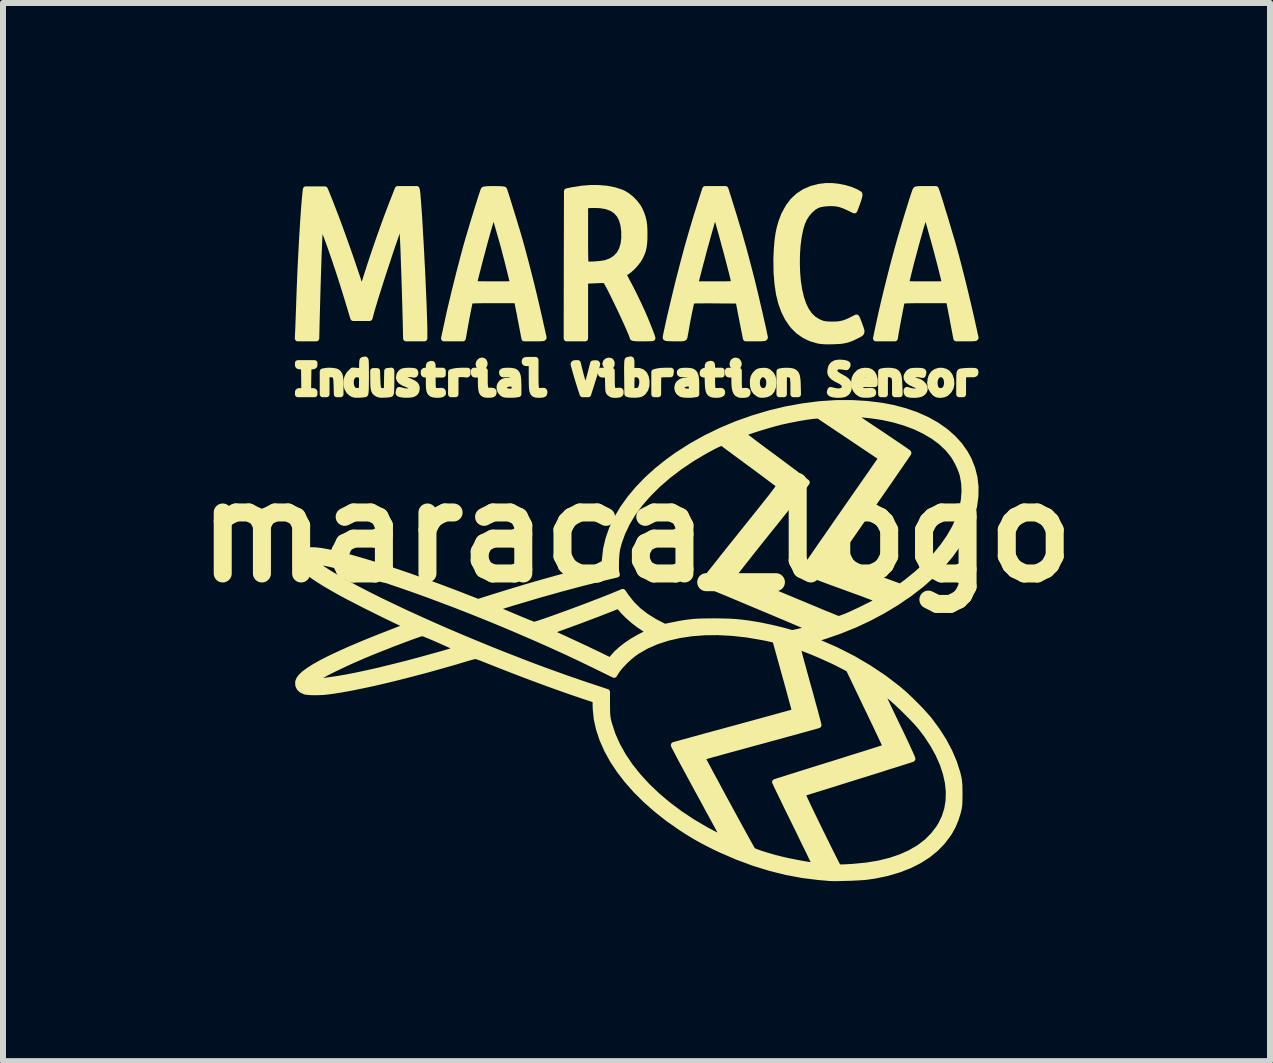
<source format=kicad_pcb>
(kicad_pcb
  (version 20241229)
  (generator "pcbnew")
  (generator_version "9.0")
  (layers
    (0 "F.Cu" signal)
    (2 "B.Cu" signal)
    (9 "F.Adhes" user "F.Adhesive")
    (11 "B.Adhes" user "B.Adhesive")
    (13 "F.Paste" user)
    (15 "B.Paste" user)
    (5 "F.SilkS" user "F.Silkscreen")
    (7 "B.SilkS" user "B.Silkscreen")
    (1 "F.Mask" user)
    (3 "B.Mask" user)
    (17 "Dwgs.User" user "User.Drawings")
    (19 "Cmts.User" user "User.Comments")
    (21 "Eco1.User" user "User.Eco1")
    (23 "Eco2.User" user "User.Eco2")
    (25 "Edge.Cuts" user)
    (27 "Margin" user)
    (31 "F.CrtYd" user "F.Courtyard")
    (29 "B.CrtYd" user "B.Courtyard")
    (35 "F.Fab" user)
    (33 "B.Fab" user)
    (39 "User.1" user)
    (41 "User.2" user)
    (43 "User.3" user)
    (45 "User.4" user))
  (footprint "maraca_logo"
    (layer "F.Cu")
    (at 7.555 5.815)
    (property "Reference" "maraca_logo" (at 0 0 0) (layer "F.SilkS") (effects (font (size 1.524 1.524) (thickness 0.3))))
    (attr through_hole)
    (fp_poly (pts (xy -2.531 -2.798) (xy -2.543 -2.769) (xy -2.567 -2.751) (xy -2.596 -2.751) (xy -2.6 -2.752) (xy -2.624 -2.771) (xy -2.631 -2.799) (xy -2.621 -2.83) (xy -2.62 -2.832) (xy -2.596 -2.853) (xy -2.57 -2.858) (xy -2.547 -2.847) (xy -2.533 -2.823) (xy -2.531 -2.798)) (stroke (width 0.1) (type solid)) (fill yes) (layer "F.SilkS"))
    (fp_poly (pts (xy 1.703 -2.799) (xy 1.694 -2.772) (xy 1.68 -2.758) (xy 1.661 -2.745) (xy 1.651 -2.741) (xy 1.639 -2.747) (xy 1.622 -2.758) (xy 1.603 -2.781) (xy 1.6 -2.809) (xy 1.61 -2.836) (xy 1.632 -2.854) (xy 1.651 -2.857) (xy 1.679 -2.849) (xy 1.697 -2.827) (xy 1.703 -2.799)) (stroke (width 0.1) (type solid)) (fill yes) (layer "F.SilkS"))
    (fp_poly (pts (xy -0.414 -2.82) (xy -0.415 -2.789) (xy -0.43 -2.763) (xy -0.436 -2.758) (xy -0.46 -2.744) (xy -0.476 -2.745) (xy -0.496 -2.761) (xy -0.497 -2.762) (xy -0.513 -2.785) (xy -0.519 -2.804) (xy -0.51 -2.831) (xy -0.488 -2.85) (xy -0.46 -2.857) (xy -0.433 -2.851) (xy -0.425 -2.845) (xy -0.414 -2.82)) (stroke (width 0.1) (type solid)) (fill yes) (layer "F.SilkS"))
    (fp_poly (pts (xy -2.815 -2.655) (xy -2.816 -2.635) (xy -2.823 -2.626) (xy -2.841 -2.626) (xy -2.862 -2.629) (xy -2.902 -2.632) (xy -2.947 -2.631) (xy -2.962 -2.629) (xy -3.016 -2.622) (xy -3.016 -2.459) (xy -3.016 -2.297) (xy -3.053 -2.297) (xy -3.09 -2.297) (xy -3.09 -2.481) (xy -3.09 -2.664) (xy -3.043 -2.676) (xy -3.01 -2.682) (xy -2.964 -2.686) (xy -2.915 -2.688) (xy -2.906 -2.688) (xy -2.815 -2.688) (xy -2.815 -2.655)) (stroke (width 0.1) (type solid)) (fill yes) (layer "F.SilkS"))
    (fp_poly (pts (xy 0.573 -2.688) (xy 0.57 -2.659) (xy 0.566 -2.63) (xy 0.476 -2.629) (xy 0.433 -2.628) (xy 0.398 -2.625) (xy 0.376 -2.622) (xy 0.372 -2.621) (xy 0.367 -2.609) (xy 0.363 -2.581) (xy 0.361 -2.535) (xy 0.36 -2.469) (xy 0.36 -2.455) (xy 0.36 -2.297) (xy 0.328 -2.297) (xy 0.296 -2.297) (xy 0.296 -2.481) (xy 0.296 -2.664) (xy 0.343 -2.676) (xy 0.377 -2.682) (xy 0.422 -2.686) (xy 0.472 -2.688) (xy 0.482 -2.688) (xy 0.573 -2.688)) (stroke (width 0.1) (type solid)) (fill yes) (layer "F.SilkS"))
    (fp_poly (pts (xy 2.69 -2.297) (xy 2.652 -2.297) (xy 2.614 -2.297) (xy 2.614 -2.428) (xy 2.613 -2.485) (xy 2.61 -2.534) (xy 2.606 -2.57) (xy 2.602 -2.587) (xy 2.58 -2.612) (xy 2.544 -2.628) (xy 2.502 -2.63) (xy 2.49 -2.629) (xy 2.455 -2.622) (xy 2.455 -2.459) (xy 2.455 -2.297) (xy 2.418 -2.297) (xy 2.381 -2.297) (xy 2.381 -2.486) (xy 2.381 -2.675) (xy 2.414 -2.682) (xy 2.459 -2.687) (xy 2.509 -2.688) (xy 2.557 -2.685) (xy 2.597 -2.678) (xy 2.614 -2.672) (xy 2.639 -2.656) (xy 2.657 -2.635) (xy 2.67 -2.605) (xy 2.678 -2.564) (xy 2.684 -2.508) (xy 2.686 -2.442) (xy 2.69 -2.297)) (stroke (width 0.1) (type solid)) (fill yes) (layer "F.SilkS"))
    (fp_poly (pts (xy 4.384 -2.297) (xy 4.346 -2.297) (xy 4.307 -2.297) (xy 4.307 -2.432) (xy 4.307 -2.492) (xy 4.305 -2.535) (xy 4.301 -2.564) (xy 4.295 -2.583) (xy 4.29 -2.591) (xy 4.258 -2.62) (xy 4.215 -2.631) (xy 4.18 -2.629) (xy 4.138 -2.622) (xy 4.138 -2.459) (xy 4.138 -2.297) (xy 4.106 -2.297) (xy 4.075 -2.297) (xy 4.075 -2.486) (xy 4.075 -2.675) (xy 4.108 -2.682) (xy 4.152 -2.687) (xy 4.202 -2.688) (xy 4.251 -2.685) (xy 4.29 -2.678) (xy 4.308 -2.672) (xy 4.332 -2.656) (xy 4.35 -2.635) (xy 4.362 -2.605) (xy 4.371 -2.563) (xy 4.376 -2.507) (xy 4.379 -2.442) (xy 4.384 -2.297)) (stroke (width 0.1) (type solid)) (fill yes) (layer "F.SilkS"))
    (fp_poly (pts (xy -5.366 -2.297) (xy -5.503 -2.297) (xy -5.641 -2.297) (xy -5.641 -2.323) (xy -5.639 -2.339) (xy -5.63 -2.347) (xy -5.609 -2.349) (xy -5.588 -2.349) (xy -5.535 -2.349) (xy -5.537 -2.553) (xy -5.54 -2.757) (xy -5.591 -2.76) (xy -5.621 -2.763) (xy -5.636 -2.769) (xy -5.641 -2.782) (xy -5.641 -2.789) (xy -5.641 -2.815) (xy -5.503 -2.815) (xy -5.366 -2.815) (xy -5.366 -2.789) (xy -5.368 -2.773) (xy -5.378 -2.765) (xy -5.402 -2.761) (xy -5.416 -2.76) (xy -5.466 -2.757) (xy -5.469 -2.553) (xy -5.472 -2.349) (xy -5.419 -2.349) (xy -5.387 -2.349) (xy -5.372 -2.344) (xy -5.366 -2.334) (xy -5.366 -2.323) (xy -5.366 -2.297)) (stroke (width 0.1) (type solid)) (fill yes) (layer "F.SilkS"))
    (fp_poly (pts (xy -4.932 -2.297) (xy -4.963 -2.297) (xy -4.993 -2.297) (xy -4.997 -2.438) (xy -4.999 -2.502) (xy -5.003 -2.548) (xy -5.009 -2.58) (xy -5.019 -2.601) (xy -5.034 -2.615) (xy -5.054 -2.625) (xy -5.056 -2.626) (xy -5.083 -2.63) (xy -5.117 -2.629) (xy -5.123 -2.629) (xy -5.165 -2.622) (xy -5.165 -2.459) (xy -5.165 -2.297) (xy -5.196 -2.297) (xy -5.228 -2.297) (xy -5.228 -2.486) (xy -5.228 -2.675) (xy -5.195 -2.682) (xy -5.147 -2.688) (xy -5.096 -2.688) (xy -5.047 -2.684) (xy -5.009 -2.676) (xy -4.994 -2.67) (xy -4.971 -2.653) (xy -4.955 -2.632) (xy -4.943 -2.602) (xy -4.936 -2.561) (xy -4.933 -2.505) (xy -4.932 -2.441) (xy -4.932 -2.297)) (stroke (width 0.1) (type solid)) (fill yes) (layer "F.SilkS"))
    (fp_poly (pts (xy -2.381 -2.327) (xy -2.387 -2.303) (xy -2.405 -2.293) (xy -2.441 -2.288) (xy -2.483 -2.288) (xy -2.522 -2.292) (xy -2.537 -2.297) (xy -2.559 -2.31) (xy -2.575 -2.333) (xy -2.585 -2.368) (xy -2.591 -2.417) (xy -2.593 -2.484) (xy -2.593 -2.497) (xy -2.593 -2.625) (xy -2.651 -2.625) (xy -2.684 -2.625) (xy -2.702 -2.629) (xy -2.708 -2.638) (xy -2.709 -2.656) (xy -2.709 -2.656) (xy -2.709 -2.688) (xy -2.619 -2.688) (xy -2.529 -2.688) (xy -2.529 -2.548) (xy -2.529 -2.48) (xy -2.526 -2.43) (xy -2.52 -2.395) (xy -2.51 -2.373) (xy -2.494 -2.361) (xy -2.471 -2.356) (xy -2.442 -2.355) (xy -2.408 -2.355) (xy -2.39 -2.351) (xy -2.382 -2.343) (xy -2.381 -2.327)) (stroke (width 0.1) (type solid)) (fill yes) (layer "F.SilkS"))
    (fp_poly (pts (xy 5.647 -2.663) (xy 5.645 -2.649) (xy 5.64 -2.639) (xy 5.629 -2.632) (xy 5.608 -2.629) (xy 5.571 -2.629) (xy 5.558 -2.629) (xy 5.514 -2.63) (xy 5.483 -2.628) (xy 5.462 -2.622) (xy 5.449 -2.607) (xy 5.442 -2.582) (xy 5.44 -2.543) (xy 5.44 -2.487) (xy 5.44 -2.456) (xy 5.44 -2.297) (xy 5.408 -2.297) (xy 5.376 -2.297) (xy 5.376 -2.481) (xy 5.377 -2.548) (xy 5.377 -2.597) (xy 5.379 -2.63) (xy 5.382 -2.652) (xy 5.386 -2.665) (xy 5.392 -2.671) (xy 5.395 -2.673) (xy 5.415 -2.677) (xy 5.449 -2.681) (xy 5.491 -2.684) (xy 5.536 -2.686) (xy 5.579 -2.686) (xy 5.615 -2.686) (xy 5.638 -2.683) (xy 5.644 -2.681) (xy 5.647 -2.663)) (stroke (width 0.1) (type solid)) (fill yes) (layer "F.SilkS"))
    (fp_poly (pts (xy 1.85 -2.327) (xy 1.848 -2.308) (xy 1.835 -2.295) (xy 1.807 -2.288) (xy 1.762 -2.286) (xy 1.755 -2.286) (xy 1.714 -2.29) (xy 1.683 -2.305) (xy 1.677 -2.31) (xy 1.658 -2.333) (xy 1.645 -2.365) (xy 1.636 -2.409) (xy 1.631 -2.47) (xy 1.63 -2.527) (xy 1.63 -2.625) (xy 1.577 -2.625) (xy 1.546 -2.625) (xy 1.53 -2.63) (xy 1.525 -2.641) (xy 1.524 -2.656) (xy 1.524 -2.688) (xy 1.614 -2.688) (xy 1.704 -2.688) (xy 1.704 -2.539) (xy 1.704 -2.471) (xy 1.706 -2.421) (xy 1.711 -2.387) (xy 1.72 -2.366) (xy 1.734 -2.355) (xy 1.754 -2.351) (xy 1.783 -2.351) (xy 1.787 -2.351) (xy 1.821 -2.353) (xy 1.839 -2.35) (xy 1.847 -2.342) (xy 1.85 -2.327)) (stroke (width 0.1) (type solid)) (fill yes) (layer "F.SilkS"))
    (fp_poly (pts (xy -4.085 -2.499) (xy -4.086 -2.419) (xy -4.088 -2.359) (xy -4.091 -2.32) (xy -4.096 -2.302) (xy -4.097 -2.301) (xy -4.112 -2.297) (xy -4.143 -2.293) (xy -4.183 -2.29) (xy -4.195 -2.29) (xy -4.245 -2.288) (xy -4.28 -2.291) (xy -4.306 -2.299) (xy -4.316 -2.303) (xy -4.341 -2.319) (xy -4.36 -2.338) (xy -4.373 -2.365) (xy -4.381 -2.402) (xy -4.385 -2.453) (xy -4.386 -2.521) (xy -4.386 -2.535) (xy -4.387 -2.683) (xy -4.355 -2.683) (xy -4.323 -2.683) (xy -4.318 -2.538) (xy -4.315 -2.471) (xy -4.31 -2.422) (xy -4.302 -2.388) (xy -4.289 -2.367) (xy -4.27 -2.355) (xy -4.243 -2.35) (xy -4.216 -2.349) (xy -4.16 -2.349) (xy -4.157 -2.516) (xy -4.154 -2.683) (xy -4.12 -2.686) (xy -4.085 -2.69) (xy -4.085 -2.499)) (stroke (width 0.1) (type solid)) (fill yes) (layer "F.SilkS"))
    (fp_poly (pts (xy -0.656 -2.802) (xy -0.659 -2.781) (xy -0.669 -2.742) (xy -0.684 -2.687) (xy -0.704 -2.619) (xy -0.729 -2.539) (xy -0.753 -2.463) (xy -0.806 -2.297) (xy -0.852 -2.297) (xy -0.898 -2.297) (xy -0.93 -2.394) (xy -0.946 -2.445) (xy -0.964 -2.503) (xy -0.983 -2.565) (xy -1.001 -2.626) (xy -1.018 -2.683) (xy -1.031 -2.733) (xy -1.042 -2.772) (xy -1.047 -2.796) (xy -1.048 -2.801) (xy -1.038 -2.812) (xy -1.013 -2.815) (xy -0.979 -2.815) (xy -0.949 -2.691) (xy -0.933 -2.628) (xy -0.914 -2.559) (xy -0.895 -2.495) (xy -0.884 -2.461) (xy -0.85 -2.355) (xy -0.82 -2.45) (xy -0.805 -2.5) (xy -0.788 -2.562) (xy -0.77 -2.627) (xy -0.757 -2.678) (xy -0.723 -2.81) (xy -0.69 -2.813) (xy -0.664 -2.812) (xy -0.656 -2.802)) (stroke (width 0.1) (type solid)) (fill yes) (layer "F.SilkS"))
    (fp_poly (pts (xy -0.265 -2.329) (xy -0.268 -2.308) (xy -0.282 -2.295) (xy -0.31 -2.289) (xy -0.354 -2.286) (xy -0.362 -2.286) (xy -0.402 -2.29) (xy -0.432 -2.304) (xy -0.441 -2.312) (xy -0.453 -2.322) (xy -0.461 -2.334) (xy -0.467 -2.349) (xy -0.47 -2.373) (xy -0.472 -2.408) (xy -0.474 -2.46) (xy -0.474 -2.481) (xy -0.478 -2.625) (xy -0.535 -2.625) (xy -0.568 -2.625) (xy -0.585 -2.629) (xy -0.592 -2.638) (xy -0.593 -2.656) (xy -0.593 -2.688) (xy -0.503 -2.688) (xy -0.413 -2.688) (xy -0.413 -2.542) (xy -0.412 -2.473) (xy -0.409 -2.422) (xy -0.403 -2.387) (xy -0.392 -2.365) (xy -0.376 -2.354) (xy -0.352 -2.351) (xy -0.321 -2.353) (xy -0.289 -2.356) (xy -0.272 -2.354) (xy -0.266 -2.346) (xy -0.265 -2.329) (xy -0.265 -2.329)) (stroke (width 0.1) (type solid)) (fill yes) (layer "F.SilkS"))
    (fp_poly (pts (xy -1.535 -2.328) (xy -1.541 -2.303) (xy -1.558 -2.293) (xy -1.591 -2.288) (xy -1.631 -2.287) (xy -1.668 -2.29) (xy -1.694 -2.296) (xy -1.696 -2.297) (xy -1.712 -2.309) (xy -1.724 -2.324) (xy -1.733 -2.345) (xy -1.739 -2.376) (xy -1.743 -2.418) (xy -1.745 -2.475) (xy -1.746 -2.549) (xy -1.746 -2.592) (xy -1.746 -2.815) (xy -1.804 -2.815) (xy -1.838 -2.816) (xy -1.855 -2.819) (xy -1.862 -2.828) (xy -1.863 -2.842) (xy -1.862 -2.854) (xy -1.857 -2.862) (xy -1.843 -2.866) (xy -1.816 -2.868) (xy -1.773 -2.868) (xy -1.683 -2.868) (xy -1.683 -2.632) (xy -1.683 -2.547) (xy -1.682 -2.48) (xy -1.679 -2.43) (xy -1.674 -2.395) (xy -1.666 -2.371) (xy -1.654 -2.358) (xy -1.638 -2.351) (xy -1.616 -2.35) (xy -1.591 -2.352) (xy -1.559 -2.354) (xy -1.542 -2.352) (xy -1.536 -2.344) (xy -1.535 -2.328)) (stroke (width 0.1) (type solid)) (fill yes) (layer "F.SilkS"))
    (fp_poly (pts (xy 5.246 -2.471) (xy 5.234 -2.41) (xy 5.203 -2.355) (xy 5.174 -2.328) (xy 5.174 -2.476) (xy 5.172 -2.521) (xy 5.158 -2.569) (xy 5.133 -2.605) (xy 5.1 -2.626) (xy 5.064 -2.632) (xy 5.029 -2.622) (xy 4.997 -2.595) (xy 4.982 -2.572) (xy 4.968 -2.528) (xy 4.965 -2.48) (xy 4.971 -2.432) (xy 4.986 -2.392) (xy 5.009 -2.364) (xy 5.013 -2.361) (xy 5.051 -2.35) (xy 5.093 -2.352) (xy 5.129 -2.369) (xy 5.138 -2.377) (xy 5.164 -2.42) (xy 5.174 -2.476) (xy 5.174 -2.328) (xy 5.156 -2.311) (xy 5.155 -2.31) (xy 5.114 -2.293) (xy 5.065 -2.286) (xy 5.017 -2.291) (xy 5 -2.296) (xy 4.971 -2.316) (xy 4.941 -2.349) (xy 4.915 -2.389) (xy 4.899 -2.426) (xy 4.892 -2.488) (xy 4.901 -2.553) (xy 4.917 -2.6) (xy 4.948 -2.643) (xy 4.991 -2.672) (xy 5.04 -2.687) (xy 5.091 -2.688) (xy 5.141 -2.675) (xy 5.184 -2.648) (xy 5.216 -2.606) (xy 5.217 -2.605) (xy 5.241 -2.538) (xy 5.246 -2.471)) (stroke (width 0.1) (type solid)) (fill yes) (layer "F.SilkS"))
    (fp_poly (pts (xy 1.427 -2.331) (xy 1.423 -2.31) (xy 1.403 -2.297) (xy 1.402 -2.297) (xy 1.368 -2.289) (xy 1.325 -2.287) (xy 1.282 -2.29) (xy 1.252 -2.297) (xy 1.229 -2.31) (xy 1.211 -2.331) (xy 1.2 -2.362) (xy 1.192 -2.407) (xy 1.188 -2.468) (xy 1.187 -2.495) (xy 1.183 -2.625) (xy 1.141 -2.625) (xy 1.114 -2.626) (xy 1.103 -2.632) (xy 1.102 -2.648) (xy 1.103 -2.654) (xy 1.108 -2.673) (xy 1.122 -2.683) (xy 1.146 -2.686) (xy 1.185 -2.689) (xy 1.185 -2.74) (xy 1.187 -2.772) (xy 1.193 -2.789) (xy 1.205 -2.797) (xy 1.209 -2.798) (xy 1.237 -2.804) (xy 1.252 -2.8) (xy 1.258 -2.782) (xy 1.259 -2.748) (xy 1.259 -2.746) (xy 1.259 -2.688) (xy 1.339 -2.688) (xy 1.418 -2.688) (xy 1.418 -2.656) (xy 1.418 -2.625) (xy 1.339 -2.625) (xy 1.259 -2.625) (xy 1.259 -2.504) (xy 1.26 -2.443) (xy 1.264 -2.4) (xy 1.272 -2.373) (xy 1.287 -2.357) (xy 1.31 -2.351) (xy 1.344 -2.351) (xy 1.359 -2.351) (xy 1.395 -2.353) (xy 1.414 -2.351) (xy 1.423 -2.344) (xy 1.427 -2.331)) (stroke (width 0.1) (type solid)) (fill yes) (layer "F.SilkS"))
    (fp_poly (pts (xy 2.281 -2.492) (xy 2.274 -2.42) (xy 2.253 -2.364) (xy 2.219 -2.323) (xy 2.212 -2.319) (xy 2.212 -2.471) (xy 2.21 -2.519) (xy 2.199 -2.563) (xy 2.188 -2.583) (xy 2.155 -2.616) (xy 2.118 -2.631) (xy 2.081 -2.628) (xy 2.047 -2.606) (xy 2.02 -2.567) (xy 2.016 -2.557) (xy 2.004 -2.506) (xy 2.006 -2.456) (xy 2.019 -2.411) (xy 2.043 -2.376) (xy 2.075 -2.355) (xy 2.102 -2.349) (xy 2.134 -2.353) (xy 2.159 -2.36) (xy 2.16 -2.36) (xy 2.186 -2.385) (xy 2.203 -2.424) (xy 2.212 -2.471) (xy 2.212 -2.319) (xy 2.17 -2.298) (xy 2.117 -2.288) (xy 2.078 -2.288) (xy 2.05 -2.293) (xy 2.024 -2.308) (xy 2.022 -2.309) (xy 1.982 -2.342) (xy 1.957 -2.378) (xy 1.943 -2.423) (xy 1.939 -2.465) (xy 1.939 -2.529) (xy 1.949 -2.578) (xy 1.971 -2.619) (xy 1.995 -2.646) (xy 2.019 -2.667) (xy 2.042 -2.678) (xy 2.073 -2.684) (xy 2.098 -2.686) (xy 2.139 -2.687) (xy 2.167 -2.683) (xy 2.19 -2.672) (xy 2.201 -2.665) (xy 2.241 -2.629) (xy 2.267 -2.586) (xy 2.279 -2.53) (xy 2.281 -2.492)) (stroke (width 0.1) (type solid)) (fill yes) (layer "F.SilkS"))
    (fp_poly (pts (xy -3.225 -2.331) (xy -3.226 -2.309) (xy -3.244 -2.296) (xy -3.246 -2.296) (xy -3.279 -2.289) (xy -3.322 -2.287) (xy -3.365 -2.29) (xy -3.399 -2.297) (xy -3.407 -2.301) (xy -3.428 -2.315) (xy -3.442 -2.335) (xy -3.452 -2.362) (xy -3.458 -2.402) (xy -3.46 -2.457) (xy -3.46 -2.495) (xy -3.461 -2.625) (xy -3.503 -2.625) (xy -3.53 -2.626) (xy -3.542 -2.633) (xy -3.545 -2.65) (xy -3.545 -2.656) (xy -3.544 -2.677) (xy -3.535 -2.686) (xy -3.512 -2.688) (xy -3.503 -2.688) (xy -3.461 -2.688) (xy -3.461 -2.74) (xy -3.459 -2.772) (xy -3.454 -2.789) (xy -3.441 -2.797) (xy -3.437 -2.798) (xy -3.415 -2.803) (xy -3.403 -2.799) (xy -3.398 -2.783) (xy -3.397 -2.751) (xy -3.397 -2.746) (xy -3.397 -2.688) (xy -3.313 -2.688) (xy -3.228 -2.688) (xy -3.228 -2.656) (xy -3.228 -2.625) (xy -3.313 -2.625) (xy -3.397 -2.625) (xy -3.397 -2.511) (xy -3.396 -2.448) (xy -3.392 -2.404) (xy -3.383 -2.375) (xy -3.367 -2.358) (xy -3.343 -2.351) (xy -3.308 -2.351) (xy -3.296 -2.351) (xy -3.26 -2.353) (xy -3.239 -2.352) (xy -3.229 -2.345) (xy -3.225 -2.333) (xy -3.225 -2.331)) (stroke (width 0.1) (type solid)) (fill yes) (layer "F.SilkS"))
    (fp_poly (pts (xy 0.167 -2.513) (xy 0.165 -2.44) (xy 0.146 -2.379) (xy 0.112 -2.332) (xy 0.098 -2.32) (xy 0.096 -2.319) (xy 0.096 -2.517) (xy 0.088 -2.562) (xy 0.08 -2.581) (xy 0.053 -2.611) (xy 0.016 -2.629) (xy -0.024 -2.631) (xy -0.029 -2.63) (xy -0.051 -2.624) (xy -0.067 -2.614) (xy -0.077 -2.598) (xy -0.082 -2.572) (xy -0.084 -2.532) (xy -0.085 -2.475) (xy -0.085 -2.349) (xy -0.031 -2.349) (xy 0.004 -2.352) (xy 0.034 -2.357) (xy 0.043 -2.36) (xy 0.067 -2.384) (xy 0.084 -2.422) (xy 0.094 -2.468) (xy 0.096 -2.517) (xy 0.096 -2.319) (xy 0.075 -2.305) (xy 0.051 -2.296) (xy 0.019 -2.291) (xy -0.02 -2.289) (xy -0.063 -2.289) (xy -0.101 -2.291) (xy -0.126 -2.295) (xy -0.127 -2.295) (xy -0.153 -2.303) (xy -0.156 -2.585) (xy -0.157 -2.674) (xy -0.157 -2.743) (xy -0.156 -2.794) (xy -0.155 -2.831) (xy -0.152 -2.854) (xy -0.149 -2.866) (xy -0.146 -2.868) (xy -0.125 -2.871) (xy -0.108 -2.875) (xy -0.097 -2.877) (xy -0.091 -2.874) (xy -0.087 -2.861) (xy -0.085 -2.836) (xy -0.085 -2.795) (xy -0.085 -2.78) (xy -0.085 -2.68) (xy -0.02 -2.685) (xy 0.044 -2.684) (xy 0.094 -2.665) (xy 0.131 -2.63) (xy 0.155 -2.579) (xy 0.167 -2.513)) (stroke (width 0.1) (type solid)) (fill yes) (layer "F.SilkS"))
    (fp_poly (pts (xy 0.995 -2.299) (xy 0.955 -2.293) (xy 0.921 -2.289) (xy 0.921 -2.408) (xy 0.919 -2.445) (xy 0.909 -2.466) (xy 0.888 -2.475) (xy 0.857 -2.477) (xy 0.822 -2.472) (xy 0.788 -2.461) (xy 0.764 -2.446) (xy 0.76 -2.441) (xy 0.752 -2.417) (xy 0.753 -2.388) (xy 0.761 -2.366) (xy 0.765 -2.363) (xy 0.792 -2.35) (xy 0.83 -2.342) (xy 0.871 -2.34) (xy 0.903 -2.345) (xy 0.904 -2.345) (xy 0.915 -2.356) (xy 0.92 -2.381) (xy 0.921 -2.408) (xy 0.921 -2.289) (xy 0.906 -2.288) (xy 0.853 -2.287) (xy 0.802 -2.29) (xy 0.761 -2.296) (xy 0.744 -2.301) (xy 0.708 -2.328) (xy 0.686 -2.365) (xy 0.679 -2.408) (xy 0.689 -2.451) (xy 0.705 -2.475) (xy 0.746 -2.508) (xy 0.801 -2.526) (xy 0.866 -2.528) (xy 0.921 -2.524) (xy 0.921 -2.558) (xy 0.912 -2.595) (xy 0.886 -2.619) (xy 0.844 -2.632) (xy 0.794 -2.633) (xy 0.757 -2.632) (xy 0.735 -2.634) (xy 0.725 -2.641) (xy 0.722 -2.65) (xy 0.722 -2.667) (xy 0.735 -2.679) (xy 0.762 -2.685) (xy 0.807 -2.688) (xy 0.826 -2.688) (xy 0.879 -2.686) (xy 0.92 -2.678) (xy 0.95 -2.661) (xy 0.971 -2.634) (xy 0.985 -2.593) (xy 0.992 -2.538) (xy 0.995 -2.464) (xy 0.995 -2.433) (xy 0.995 -2.299)) (stroke (width 0.1) (type solid)) (fill yes) (layer "F.SilkS"))
    (fp_poly (pts (xy 4.801 -2.403) (xy 4.798 -2.365) (xy 4.777 -2.33) (xy 4.741 -2.305) (xy 4.708 -2.295) (xy 4.662 -2.288) (xy 4.611 -2.287) (xy 4.562 -2.289) (xy 4.53 -2.295) (xy 4.51 -2.306) (xy 4.501 -2.329) (xy 4.5 -2.338) (xy 4.499 -2.361) (xy 4.505 -2.369) (xy 4.516 -2.366) (xy 4.571 -2.349) (xy 4.624 -2.342) (xy 4.671 -2.345) (xy 4.707 -2.357) (xy 4.724 -2.373) (xy 4.73 -2.393) (xy 4.722 -2.412) (xy 4.696 -2.431) (xy 4.653 -2.453) (xy 4.629 -2.463) (xy 4.565 -2.494) (xy 4.522 -2.527) (xy 4.5 -2.561) (xy 4.499 -2.598) (xy 4.519 -2.636) (xy 4.528 -2.648) (xy 4.547 -2.666) (xy 4.565 -2.677) (xy 4.589 -2.683) (xy 4.628 -2.686) (xy 4.634 -2.686) (xy 4.678 -2.687) (xy 4.719 -2.686) (xy 4.747 -2.684) (xy 4.771 -2.677) (xy 4.779 -2.667) (xy 4.777 -2.648) (xy 4.772 -2.627) (xy 4.769 -2.618) (xy 4.759 -2.619) (xy 4.734 -2.623) (xy 4.713 -2.628) (xy 4.658 -2.634) (xy 4.615 -2.63) (xy 4.586 -2.615) (xy 4.574 -2.59) (xy 4.574 -2.573) (xy 4.582 -2.559) (xy 4.603 -2.546) (xy 4.627 -2.535) (xy 4.659 -2.52) (xy 4.684 -2.511) (xy 4.695 -2.508) (xy 4.71 -2.502) (xy 4.734 -2.488) (xy 4.749 -2.477) (xy 4.784 -2.442) (xy 4.801 -2.403)) (stroke (width 0.1) (type solid)) (fill yes) (layer "F.SilkS"))
    (fp_poly (pts (xy -3.662 -2.394) (xy -3.669 -2.35) (xy -3.69 -2.319) (xy -3.721 -2.301) (xy -3.755 -2.293) (xy -3.801 -2.288) (xy -3.853 -2.288) (xy -3.902 -2.292) (xy -3.934 -2.298) (xy -3.958 -2.307) (xy -3.965 -2.319) (xy -3.962 -2.337) (xy -3.957 -2.358) (xy -3.954 -2.368) (xy -3.944 -2.366) (xy -3.919 -2.36) (xy -3.896 -2.353) (xy -3.848 -2.344) (xy -3.802 -2.343) (xy -3.762 -2.35) (xy -3.737 -2.365) (xy -3.735 -2.366) (xy -3.726 -2.39) (xy -3.738 -2.414) (xy -3.771 -2.438) (xy -3.82 -2.461) (xy -3.881 -2.486) (xy -3.922 -2.512) (xy -3.947 -2.538) (xy -3.957 -2.568) (xy -3.958 -2.581) (xy -3.948 -2.626) (xy -3.92 -2.662) (xy -3.898 -2.676) (xy -3.876 -2.682) (xy -3.841 -2.686) (xy -3.798 -2.688) (xy -3.756 -2.687) (xy -3.72 -2.685) (xy -3.698 -2.68) (xy -3.695 -2.679) (xy -3.686 -2.664) (xy -3.685 -2.644) (xy -3.692 -2.628) (xy -3.704 -2.623) (xy -3.723 -2.626) (xy -3.755 -2.63) (xy -3.784 -2.632) (xy -3.822 -2.634) (xy -3.847 -2.631) (xy -3.867 -2.621) (xy -3.873 -2.616) (xy -3.891 -2.598) (xy -3.892 -2.583) (xy -3.888 -2.575) (xy -3.879 -2.563) (xy -3.865 -2.552) (xy -3.842 -2.539) (xy -3.807 -2.523) (xy -3.759 -2.502) (xy -3.711 -2.478) (xy -3.681 -2.454) (xy -3.666 -2.426) (xy -3.662 -2.394)) (stroke (width 0.1) (type solid)) (fill yes) (layer "F.SilkS"))
    (fp_poly (pts (xy 3.969 -2.466) (xy 3.905 -2.466) (xy 3.905 -2.541) (xy 3.899 -2.564) (xy 3.882 -2.593) (xy 3.863 -2.617) (xy 3.853 -2.624) (xy 3.814 -2.634) (xy 3.773 -2.627) (xy 3.736 -2.605) (xy 3.71 -2.572) (xy 3.699 -2.549) (xy 3.694 -2.536) (xy 3.694 -2.535) (xy 3.703 -2.533) (xy 3.73 -2.531) (xy 3.769 -2.53) (xy 3.799 -2.529) (xy 3.852 -2.53) (xy 3.887 -2.534) (xy 3.904 -2.539) (xy 3.905 -2.541) (xy 3.905 -2.466) (xy 3.83 -2.466) (xy 3.691 -2.466) (xy 3.698 -2.437) (xy 3.71 -2.411) (xy 3.732 -2.383) (xy 3.738 -2.378) (xy 3.756 -2.362) (xy 3.772 -2.354) (xy 3.794 -2.35) (xy 3.827 -2.35) (xy 3.853 -2.351) (xy 3.895 -2.353) (xy 3.92 -2.352) (xy 3.934 -2.347) (xy 3.94 -2.338) (xy 3.941 -2.334) (xy 3.943 -2.315) (xy 3.932 -2.302) (xy 3.908 -2.294) (xy 3.866 -2.289) (xy 3.844 -2.288) (xy 3.792 -2.288) (xy 3.755 -2.293) (xy 3.731 -2.302) (xy 3.684 -2.334) (xy 3.652 -2.375) (xy 3.634 -2.42) (xy 3.624 -2.49) (xy 3.632 -2.554) (xy 3.659 -2.61) (xy 3.703 -2.656) (xy 3.714 -2.664) (xy 3.755 -2.681) (xy 3.805 -2.688) (xy 3.856 -2.685) (xy 3.895 -2.672) (xy 3.928 -2.644) (xy 3.953 -2.601) (xy 3.967 -2.55) (xy 3.969 -2.519) (xy 3.969 -2.466)) (stroke (width 0.1) (type solid)) (fill yes) (layer "F.SilkS"))
    (fp_poly (pts (xy -4.508 -2.595) (xy -4.509 -2.503) (xy -4.51 -2.43) (xy -4.511 -2.375) (xy -4.513 -2.337) (xy -4.516 -2.313) (xy -4.52 -2.301) (xy -4.521 -2.3) (xy -4.537 -2.296) (xy -4.569 -2.292) (xy -4.573 -2.292) (xy -4.573 -2.52) (xy -4.574 -2.561) (xy -4.579 -2.589) (xy -4.587 -2.607) (xy -4.601 -2.617) (xy -4.619 -2.624) (xy -4.666 -2.631) (xy -4.707 -2.618) (xy -4.738 -2.589) (xy -4.757 -2.544) (xy -4.76 -2.525) (xy -4.76 -2.46) (xy -4.746 -2.409) (xy -4.723 -2.377) (xy -4.704 -2.36) (xy -4.684 -2.352) (xy -4.654 -2.351) (xy -4.636 -2.352) (xy -4.577 -2.355) (xy -4.574 -2.461) (xy -4.573 -2.52) (xy -4.573 -2.292) (xy -4.609 -2.289) (xy -4.619 -2.289) (xy -4.665 -2.288) (xy -4.696 -2.29) (xy -4.721 -2.297) (xy -4.745 -2.309) (xy -4.746 -2.309) (xy -4.788 -2.346) (xy -4.818 -2.395) (xy -4.833 -2.451) (xy -4.834 -2.511) (xy -4.821 -2.57) (xy -4.793 -2.624) (xy -4.772 -2.649) (xy -4.73 -2.691) (xy -4.651 -2.686) (xy -4.572 -2.681) (xy -4.572 -2.774) (xy -4.571 -2.821) (xy -4.569 -2.85) (xy -4.564 -2.864) (xy -4.557 -2.868) (xy -4.534 -2.872) (xy -4.525 -2.875) (xy -4.52 -2.875) (xy -4.516 -2.869) (xy -4.513 -2.856) (xy -4.511 -2.834) (xy -4.51 -2.798) (xy -4.509 -2.749) (xy -4.509 -2.683) (xy -4.508 -2.598) (xy -4.508 -2.595)) (stroke (width 0.1) (type solid)) (fill yes) (layer "F.SilkS"))
    (fp_poly (pts (xy -1.968 -2.299) (xy -2.008 -2.293) (xy -2.032 -2.29) (xy -2.032 -2.408) (xy -2.033 -2.441) (xy -2.037 -2.459) (xy -2.048 -2.467) (xy -2.069 -2.472) (xy -2.117 -2.475) (xy -2.158 -2.466) (xy -2.19 -2.449) (xy -2.209 -2.424) (xy -2.212 -2.396) (xy -2.204 -2.374) (xy -2.181 -2.356) (xy -2.146 -2.344) (xy -2.103 -2.34) (xy -2.06 -2.344) (xy -2.056 -2.346) (xy -2.042 -2.352) (xy -2.035 -2.365) (xy -2.032 -2.391) (xy -2.032 -2.408) (xy -2.032 -2.29) (xy -2.045 -2.289) (xy -2.092 -2.288) (xy -2.141 -2.288) (xy -2.182 -2.291) (xy -2.198 -2.293) (xy -2.234 -2.31) (xy -2.262 -2.342) (xy -2.279 -2.381) (xy -2.282 -2.423) (xy -2.274 -2.451) (xy -2.251 -2.485) (xy -2.22 -2.508) (xy -2.178 -2.52) (xy -2.119 -2.524) (xy -2.116 -2.524) (xy -2.072 -2.525) (xy -2.046 -2.528) (xy -2.035 -2.537) (xy -2.035 -2.553) (xy -2.043 -2.58) (xy -2.064 -2.612) (xy -2.1 -2.629) (xy -2.152 -2.633) (xy -2.174 -2.631) (xy -2.208 -2.628) (xy -2.226 -2.63) (xy -2.235 -2.638) (xy -2.239 -2.647) (xy -2.241 -2.666) (xy -2.231 -2.678) (xy -2.206 -2.685) (xy -2.164 -2.688) (xy -2.14 -2.688) (xy -2.085 -2.686) (xy -2.042 -2.678) (xy -2.012 -2.662) (xy -1.991 -2.634) (xy -1.978 -2.594) (xy -1.971 -2.538) (xy -1.969 -2.463) (xy -1.968 -2.447) (xy -1.968 -2.299)) (stroke (width 0.1) (type solid)) (fill yes) (layer "F.SilkS"))
    (fp_poly (pts (xy 3.539 -2.425) (xy 3.531 -2.37) (xy 3.508 -2.329) (xy 3.468 -2.302) (xy 3.466 -2.301) (xy 3.428 -2.291) (xy 3.378 -2.287) (xy 3.325 -2.288) (xy 3.278 -2.294) (xy 3.251 -2.302) (xy 3.228 -2.315) (xy 3.221 -2.328) (xy 3.223 -2.341) (xy 3.229 -2.361) (xy 3.232 -2.367) (xy 3.242 -2.366) (xy 3.267 -2.36) (xy 3.293 -2.353) (xy 3.351 -2.343) (xy 3.4 -2.346) (xy 3.438 -2.361) (xy 3.463 -2.387) (xy 3.471 -2.421) (xy 3.465 -2.454) (xy 3.446 -2.482) (xy 3.41 -2.509) (xy 3.361 -2.534) (xy 3.315 -2.558) (xy 3.276 -2.585) (xy 3.256 -2.604) (xy 3.238 -2.628) (xy 3.23 -2.651) (xy 3.229 -2.681) (xy 3.23 -2.696) (xy 3.242 -2.749) (xy 3.268 -2.787) (xy 3.311 -2.812) (xy 3.321 -2.816) (xy 3.356 -2.822) (xy 3.402 -2.823) (xy 3.448 -2.819) (xy 3.487 -2.811) (xy 3.501 -2.806) (xy 3.516 -2.794) (xy 3.516 -2.778) (xy 3.511 -2.767) (xy 3.498 -2.748) (xy 3.483 -2.748) (xy 3.464 -2.753) (xy 3.431 -2.757) (xy 3.401 -2.76) (xy 3.365 -2.761) (xy 3.342 -2.759) (xy 3.327 -2.75) (xy 3.314 -2.735) (xy 3.296 -2.705) (xy 3.293 -2.678) (xy 3.306 -2.652) (xy 3.337 -2.624) (xy 3.386 -2.593) (xy 3.413 -2.579) (xy 3.467 -2.548) (xy 3.504 -2.519) (xy 3.526 -2.49) (xy 3.537 -2.456) (xy 3.539 -2.425)) (stroke (width 0.1) (type solid)) (fill yes) (layer "F.SilkS"))
    (fp_poly (pts (xy 3.748 -3.337) (xy 3.741 -3.318) (xy 3.722 -3.302) (xy 3.689 -3.284) (xy 3.651 -3.265) (xy 3.588 -3.235) (xy 3.531 -3.213) (xy 3.475 -3.198) (xy 3.413 -3.187) (xy 3.341 -3.182) (xy 3.265 -3.179) (xy 3.181 -3.178) (xy 3.116 -3.18) (xy 3.064 -3.185) (xy 3.027 -3.191) (xy 2.904 -3.227) (xy 2.796 -3.279) (xy 2.699 -3.347) (xy 2.613 -3.432) (xy 2.591 -3.459) (xy 2.519 -3.564) (xy 2.459 -3.684) (xy 2.41 -3.819) (xy 2.373 -3.97) (xy 2.348 -4.138) (xy 2.333 -4.322) (xy 2.33 -4.524) (xy 2.331 -4.583) (xy 2.338 -4.728) (xy 2.349 -4.856) (xy 2.365 -4.971) (xy 2.387 -5.075) (xy 2.416 -5.173) (xy 2.453 -5.269) (xy 2.466 -5.299) (xy 2.53 -5.416) (xy 2.606 -5.517) (xy 2.696 -5.601) (xy 2.799 -5.668) (xy 2.913 -5.718) (xy 3.04 -5.751) (xy 3.155 -5.765) (xy 3.256 -5.765) (xy 3.361 -5.754) (xy 3.466 -5.733) (xy 3.565 -5.704) (xy 3.653 -5.667) (xy 3.712 -5.633) (xy 3.715 -5.618) (xy 3.709 -5.586) (xy 3.695 -5.538) (xy 3.673 -5.474) (xy 3.644 -5.397) (xy 3.64 -5.387) (xy 3.629 -5.36) (xy 3.537 -5.405) (xy 3.459 -5.44) (xy 3.389 -5.464) (xy 3.321 -5.477) (xy 3.248 -5.481) (xy 3.196 -5.48) (xy 3.116 -5.473) (xy 3.051 -5.461) (xy 2.997 -5.44) (xy 2.948 -5.409) (xy 2.898 -5.365) (xy 2.889 -5.356) (xy 2.836 -5.295) (xy 2.794 -5.229) (xy 2.759 -5.152) (xy 2.731 -5.06) (xy 2.726 -5.04) (xy 2.701 -4.915) (xy 2.683 -4.775) (xy 2.673 -4.625) (xy 2.671 -4.471) (xy 2.676 -4.318) (xy 2.689 -4.17) (xy 2.71 -4.037) (xy 2.741 -3.903) (xy 2.78 -3.789) (xy 2.827 -3.693) (xy 2.882 -3.614) (xy 2.947 -3.551) (xy 3.023 -3.503) (xy 3.077 -3.48) (xy 3.112 -3.469) (xy 3.15 -3.462) (xy 3.196 -3.459) (xy 3.258 -3.457) (xy 3.26 -3.457) (xy 3.341 -3.459) (xy 3.408 -3.468) (xy 3.471 -3.484) (xy 3.535 -3.51) (xy 3.582 -3.533) (xy 3.618 -3.552) (xy 3.646 -3.566) (xy 3.662 -3.574) (xy 3.663 -3.575) (xy 3.669 -3.567) (xy 3.68 -3.542) (xy 3.695 -3.505) (xy 3.712 -3.459) (xy 3.714 -3.454) (xy 3.733 -3.4) (xy 3.745 -3.363) (xy 3.748 -3.337)) (stroke (width 0.1) (type solid)) (fill yes) (layer "F.SilkS"))
    (fp_poly (pts (xy 0.265 -3.233) (xy 0.255 -3.231) (xy 0.227 -3.23) (xy 0.186 -3.229) (xy 0.134 -3.228) (xy 0.101 -3.228) (xy 0.033 -3.228) (xy -0.015 -3.23) (xy -0.046 -3.233) (xy -0.061 -3.237) (xy -0.064 -3.241) (xy -0.068 -3.258) (xy -0.081 -3.293) (xy -0.101 -3.341) (xy -0.127 -3.401) (xy -0.158 -3.471) (xy -0.193 -3.548) (xy -0.231 -3.63) (xy -0.27 -3.713) (xy -0.31 -3.797) (xy -0.35 -3.878) (xy -0.387 -3.955) (xy -0.422 -4.024) (xy -0.452 -4.084) (xy -0.478 -4.131) (xy -0.497 -4.165) (xy -0.506 -4.178) (xy -0.513 -4.187) (xy -0.522 -4.193) (xy -0.536 -4.197) (xy -0.558 -4.199) (xy -0.591 -4.199) (xy -0.64 -4.197) (xy -0.691 -4.195) (xy -0.857 -4.188) (xy -0.857 -3.708) (xy -0.857 -3.228) (xy -1.011 -3.228) (xy -1.164 -3.228) (xy -1.162 -4.452) (xy -1.159 -5.677) (xy -1.069 -5.696) (xy -0.919 -5.72) (xy -0.77 -5.733) (xy -0.627 -5.732) (xy -0.492 -5.72) (xy -0.367 -5.695) (xy -0.256 -5.659) (xy -0.212 -5.639) (xy -0.15 -5.6) (xy -0.086 -5.548) (xy -0.027 -5.487) (xy 0.022 -5.423) (xy 0.05 -5.374) (xy 0.08 -5.307) (xy 0.102 -5.245) (xy 0.117 -5.183) (xy 0.127 -5.116) (xy 0.131 -5.037) (xy 0.132 -4.964) (xy 0.131 -4.877) (xy 0.126 -4.806) (xy 0.118 -4.747) (xy 0.106 -4.694) (xy 0.087 -4.642) (xy 0.062 -4.587) (xy 0.061 -4.585) (xy 0.027 -4.529) (xy -0.019 -4.469) (xy -0.072 -4.412) (xy -0.127 -4.363) (xy -0.161 -4.338) (xy -0.191 -4.32) (xy -0.204 -4.312) (xy -0.204 -4.899) (xy -0.205 -5.013) (xy -0.219 -5.121) (xy -0.246 -5.213) (xy -0.287 -5.29) (xy -0.343 -5.351) (xy -0.413 -5.397) (xy -0.498 -5.428) (xy -0.599 -5.446) (xy -0.689 -5.45) (xy -0.738 -5.45) (xy -0.782 -5.448) (xy -0.815 -5.445) (xy -0.824 -5.444) (xy -0.857 -5.437) (xy -0.857 -4.953) (xy -0.857 -4.854) (xy -0.857 -4.761) (xy -0.856 -4.677) (xy -0.855 -4.604) (xy -0.854 -4.544) (xy -0.852 -4.498) (xy -0.851 -4.47) (xy -0.849 -4.461) (xy -0.835 -4.458) (xy -0.804 -4.456) (xy -0.761 -4.457) (xy -0.711 -4.459) (xy -0.657 -4.463) (xy -0.605 -4.468) (xy -0.558 -4.474) (xy -0.522 -4.48) (xy -0.514 -4.482) (xy -0.424 -4.515) (xy -0.35 -4.563) (xy -0.29 -4.625) (xy -0.246 -4.701) (xy -0.217 -4.793) (xy -0.204 -4.899) (xy -0.204 -4.312) (xy -0.213 -4.306) (xy -0.221 -4.301) (xy -0.217 -4.291) (xy -0.205 -4.266) (xy -0.186 -4.228) (xy -0.162 -4.182) (xy -0.14 -4.141) (xy -0.084 -4.034) (xy -0.025 -3.915) (xy 0.035 -3.79) (xy 0.092 -3.666) (xy 0.139 -3.558) (xy 0.157 -3.515) (xy 0.177 -3.465) (xy 0.198 -3.412) (xy 0.219 -3.36) (xy 0.237 -3.312) (xy 0.252 -3.272) (xy 0.261 -3.244) (xy 0.265 -3.233)) (stroke (width 0.1) (type solid)) (fill yes) (layer "F.SilkS"))
    (fp_poly (pts (xy 2.138 -3.242) (xy 2.134 -3.236) (xy 2.119 -3.232) (xy 2.091 -3.23) (xy 2.048 -3.228) (xy 1.987 -3.228) (xy 1.98 -3.228) (xy 1.822 -3.228) (xy 1.811 -3.283) (xy 1.806 -3.309) (xy 1.797 -3.353) (xy 1.786 -3.409) (xy 1.773 -3.476) (xy 1.759 -3.548) (xy 1.749 -3.598) (xy 1.699 -3.858) (xy 1.63 -3.858) (xy 1.63 -4.143) (xy 1.627 -4.161) (xy 1.619 -4.198) (xy 1.607 -4.25) (xy 1.591 -4.316) (xy 1.571 -4.393) (xy 1.549 -4.478) (xy 1.525 -4.569) (xy 1.5 -4.665) (xy 1.473 -4.762) (xy 1.447 -4.859) (xy 1.422 -4.952) (xy 1.397 -5.04) (xy 1.375 -5.121) (xy 1.354 -5.191) (xy 1.337 -5.249) (xy 1.324 -5.292) (xy 1.315 -5.318) (xy 1.312 -5.323) (xy 1.305 -5.328) (xy 1.297 -5.314) (xy 1.294 -5.302) (xy 1.288 -5.282) (xy 1.277 -5.245) (xy 1.263 -5.194) (xy 1.245 -5.132) (xy 1.225 -5.061) (xy 1.203 -4.986) (xy 1.203 -4.985) (xy 1.177 -4.891) (xy 1.147 -4.784) (xy 1.116 -4.671) (xy 1.087 -4.559) (xy 1.06 -4.457) (xy 1.049 -4.416) (xy 0.975 -4.128) (xy 1.303 -4.128) (xy 1.396 -4.128) (xy 1.47 -4.128) (xy 1.527 -4.129) (xy 1.569 -4.13) (xy 1.599 -4.132) (xy 1.617 -4.135) (xy 1.627 -4.138) (xy 1.63 -4.142) (xy 1.63 -4.143) (xy 1.63 -3.858) (xy 1.313 -3.86) (xy 1.225 -3.861) (xy 1.143 -3.861) (xy 1.07 -3.86) (xy 1.009 -3.86) (xy 0.962 -3.858) (xy 0.932 -3.857) (xy 0.92 -3.855) (xy 0.915 -3.843) (xy 0.908 -3.812) (xy 0.898 -3.767) (xy 0.886 -3.711) (xy 0.872 -3.646) (xy 0.858 -3.575) (xy 0.844 -3.502) (xy 0.831 -3.429) (xy 0.821 -3.371) (xy 0.813 -3.325) (xy 0.805 -3.286) (xy 0.8 -3.258) (xy 0.799 -3.252) (xy 0.796 -3.242) (xy 0.79 -3.236) (xy 0.778 -3.232) (xy 0.756 -3.229) (xy 0.721 -3.228) (xy 0.67 -3.228) (xy 0.64 -3.228) (xy 0.578 -3.229) (xy 0.531 -3.231) (xy 0.5 -3.234) (xy 0.487 -3.238) (xy 0.487 -3.238) (xy 0.489 -3.259) (xy 0.496 -3.299) (xy 0.508 -3.354) (xy 0.523 -3.425) (xy 0.541 -3.507) (xy 0.562 -3.6) (xy 0.586 -3.701) (xy 0.611 -3.808) (xy 0.638 -3.92) (xy 0.665 -4.034) (xy 0.693 -4.147) (xy 0.709 -4.212) (xy 0.779 -4.482) (xy 0.849 -4.743) (xy 0.922 -4.999) (xy 1 -5.26) (xy 1.085 -5.529) (xy 1.123 -5.649) (xy 1.145 -5.715) (xy 1.313 -5.715) (xy 1.481 -5.715) (xy 1.534 -5.548) (xy 1.624 -5.258) (xy 1.707 -4.982) (xy 1.783 -4.715) (xy 1.853 -4.453) (xy 1.921 -4.19) (xy 1.968 -3.995) (xy 1.991 -3.9) (xy 2.013 -3.803) (xy 2.036 -3.707) (xy 2.057 -3.614) (xy 2.077 -3.526) (xy 2.095 -3.446) (xy 2.111 -3.376) (xy 2.123 -3.318) (xy 2.132 -3.275) (xy 2.137 -3.249) (xy 2.138 -3.242)) (stroke (width 0.1) (type solid)) (fill yes) (layer "F.SilkS"))
    (fp_poly (pts (xy -3.535 -3.228) (xy -3.687 -3.228) (xy -3.839 -3.228) (xy -3.846 -3.532) (xy -3.849 -3.643) (xy -3.852 -3.763) (xy -3.856 -3.89) (xy -3.86 -4.021) (xy -3.864 -4.154) (xy -3.868 -4.286) (xy -3.873 -4.415) (xy -3.877 -4.537) (xy -3.881 -4.651) (xy -3.885 -4.753) (xy -3.889 -4.841) (xy -3.893 -4.912) (xy -3.895 -4.953) (xy -3.898 -5.015) (xy -3.901 -5.073) (xy -3.904 -5.122) (xy -3.905 -5.157) (xy -3.905 -5.17) (xy -3.907 -5.195) (xy -3.911 -5.201) (xy -3.916 -5.194) (xy -3.927 -5.172) (xy -3.943 -5.132) (xy -3.963 -5.075) (xy -3.989 -5.005) (xy -4.017 -4.922) (xy -4.049 -4.829) (xy -4.084 -4.728) (xy -4.12 -4.62) (xy -4.156 -4.509) (xy -4.194 -4.395) (xy -4.231 -4.282) (xy -4.267 -4.17) (xy -4.301 -4.062) (xy -4.334 -3.959) (xy -4.363 -3.865) (xy -4.388 -3.781) (xy -4.41 -3.708) (xy -4.426 -3.649) (xy -4.429 -3.638) (xy -4.448 -3.567) (xy -4.584 -3.567) (xy -4.719 -3.567) (xy -4.747 -3.659) (xy -4.804 -3.848) (xy -4.861 -4.034) (xy -4.919 -4.217) (xy -4.976 -4.392) (xy -5.032 -4.558) (xy -5.085 -4.712) (xy -5.135 -4.852) (xy -5.181 -4.974) (xy -5.194 -5.01) (xy -5.265 -5.191) (xy -5.272 -5.112) (xy -5.277 -5.053) (xy -5.281 -4.973) (xy -5.286 -4.873) (xy -5.291 -4.753) (xy -5.297 -4.614) (xy -5.302 -4.456) (xy -5.308 -4.279) (xy -5.314 -4.085) (xy -5.32 -3.872) (xy -5.326 -3.643) (xy -5.33 -3.49) (xy -5.336 -3.228) (xy -5.49 -3.228) (xy -5.643 -3.228) (xy -5.636 -3.384) (xy -5.634 -3.429) (xy -5.632 -3.492) (xy -5.629 -3.57) (xy -5.626 -3.659) (xy -5.622 -3.756) (xy -5.619 -3.858) (xy -5.615 -3.962) (xy -5.614 -3.995) (xy -5.608 -4.14) (xy -5.602 -4.291) (xy -5.595 -4.445) (xy -5.587 -4.6) (xy -5.579 -4.753) (xy -5.571 -4.903) (xy -5.562 -5.047) (xy -5.554 -5.183) (xy -5.545 -5.308) (xy -5.537 -5.421) (xy -5.529 -5.519) (xy -5.521 -5.6) (xy -5.516 -5.652) (xy -5.509 -5.71) (xy -5.351 -5.71) (xy -5.193 -5.71) (xy -5.162 -5.636) (xy -5.113 -5.515) (xy -5.06 -5.377) (xy -5.002 -5.227) (xy -4.943 -5.067) (xy -4.883 -4.901) (xy -4.823 -4.733) (xy -4.764 -4.566) (xy -4.709 -4.404) (xy -4.657 -4.251) (xy -4.612 -4.11) (xy -4.592 -4.048) (xy -4.579 -4.006) (xy -4.555 -4.08) (xy -4.545 -4.111) (xy -4.53 -4.158) (xy -4.511 -4.218) (xy -4.489 -4.287) (xy -4.465 -4.36) (xy -4.45 -4.408) (xy -4.408 -4.537) (xy -4.36 -4.679) (xy -4.309 -4.828) (xy -4.255 -4.981) (xy -4.201 -5.132) (xy -4.148 -5.276) (xy -4.098 -5.408) (xy -4.063 -5.499) (xy -3.978 -5.715) (xy -3.82 -5.715) (xy -3.663 -5.715) (xy -3.657 -5.681) (xy -3.652 -5.642) (xy -3.647 -5.584) (xy -3.641 -5.509) (xy -3.634 -5.418) (xy -3.627 -5.314) (xy -3.619 -5.198) (xy -3.612 -5.071) (xy -3.604 -4.937) (xy -3.596 -4.797) (xy -3.588 -4.653) (xy -3.581 -4.506) (xy -3.573 -4.359) (xy -3.566 -4.213) (xy -3.56 -4.07) (xy -3.554 -3.932) (xy -3.548 -3.802) (xy -3.544 -3.68) (xy -3.54 -3.569) (xy -3.537 -3.471) (xy -3.535 -3.387) (xy -3.535 -3.32) (xy -3.535 -3.319) (xy -3.535 -3.228)) (stroke (width 0.1) (type solid)) (fill yes) (layer "F.SilkS"))
    (fp_poly (pts (xy 5.648 -3.239) (xy 5.643 -3.234) (xy 5.629 -3.231) (xy 5.604 -3.229) (xy 5.565 -3.228) (xy 5.508 -3.228) (xy 5.49 -3.228) (xy 5.328 -3.228) (xy 5.277 -3.495) (xy 5.263 -3.571) (xy 5.249 -3.642) (xy 5.237 -3.706) (xy 5.227 -3.758) (xy 5.219 -3.796) (xy 5.216 -3.813) (xy 5.205 -3.863) (xy 5.14 -3.863) (xy 5.14 -4.141) (xy 5.14 -4.146) (xy 5.14 -4.146) (xy 5.136 -4.161) (xy 5.127 -4.194) (xy 5.116 -4.241) (xy 5.101 -4.299) (xy 5.085 -4.365) (xy 5.074 -4.408) (xy 5.06 -4.464) (xy 5.042 -4.532) (xy 5.022 -4.609) (xy 5 -4.692) (xy 4.976 -4.779) (xy 4.952 -4.868) (xy 4.927 -4.955) (xy 4.904 -5.039) (xy 4.882 -5.117) (xy 4.862 -5.186) (xy 4.845 -5.244) (xy 4.831 -5.289) (xy 4.822 -5.318) (xy 4.818 -5.328) (xy 4.813 -5.321) (xy 4.804 -5.297) (xy 4.79 -5.255) (xy 4.773 -5.2) (xy 4.752 -5.132) (xy 4.729 -5.055) (xy 4.705 -4.969) (xy 4.679 -4.877) (xy 4.652 -4.78) (xy 4.626 -4.682) (xy 4.6 -4.584) (xy 4.574 -4.489) (xy 4.551 -4.397) (xy 4.535 -4.332) (xy 4.52 -4.271) (xy 4.507 -4.217) (xy 4.497 -4.174) (xy 4.49 -4.145) (xy 4.487 -4.133) (xy 4.487 -4.133) (xy 4.497 -4.132) (xy 4.526 -4.13) (xy 4.571 -4.129) (xy 4.63 -4.128) (xy 4.699 -4.128) (xy 4.777 -4.128) (xy 4.816 -4.128) (xy 4.908 -4.128) (xy 4.981 -4.128) (xy 5.038 -4.128) (xy 5.079 -4.129) (xy 5.108 -4.131) (xy 5.126 -4.133) (xy 5.136 -4.137) (xy 5.14 -4.141) (xy 5.14 -3.863) (xy 4.815 -3.863) (xy 4.714 -3.863) (xy 4.632 -3.863) (xy 4.566 -3.862) (xy 4.516 -3.861) (xy 4.479 -3.86) (xy 4.453 -3.858) (xy 4.436 -3.855) (xy 4.426 -3.852) (xy 4.421 -3.848) (xy 4.42 -3.844) (xy 4.415 -3.825) (xy 4.407 -3.789) (xy 4.397 -3.739) (xy 4.385 -3.679) (xy 4.373 -3.614) (xy 4.36 -3.546) (xy 4.347 -3.48) (xy 4.336 -3.419) (xy 4.327 -3.367) (xy 4.322 -3.342) (xy 4.303 -3.228) (xy 4.146 -3.228) (xy 3.99 -3.228) (xy 3.995 -3.252) (xy 3.999 -3.27) (xy 4.006 -3.304) (xy 4.016 -3.352) (xy 4.028 -3.408) (xy 4.038 -3.455) (xy 4.079 -3.643) (xy 4.126 -3.845) (xy 4.177 -4.057) (xy 4.231 -4.272) (xy 4.286 -4.485) (xy 4.342 -4.692) (xy 4.396 -4.886) (xy 4.397 -4.888) (xy 4.419 -4.964) (xy 4.444 -5.047) (xy 4.47 -5.134) (xy 4.497 -5.224) (xy 4.524 -5.313) (xy 4.551 -5.398) (xy 4.575 -5.478) (xy 4.598 -5.549) (xy 4.617 -5.609) (xy 4.633 -5.655) (xy 4.643 -5.684) (xy 4.646 -5.691) (xy 4.651 -5.7) (xy 4.658 -5.707) (xy 4.671 -5.711) (xy 4.693 -5.713) (xy 4.728 -5.715) (xy 4.778 -5.715) (xy 4.821 -5.715) (xy 4.985 -5.715) (xy 4.996 -5.686) (xy 5.005 -5.662) (xy 5.018 -5.62) (xy 5.036 -5.564) (xy 5.058 -5.495) (xy 5.082 -5.416) (xy 5.108 -5.33) (xy 5.136 -5.241) (xy 5.163 -5.149) (xy 5.19 -5.058) (xy 5.216 -4.971) (xy 5.24 -4.891) (xy 5.261 -4.819) (xy 5.278 -4.759) (xy 5.286 -4.731) (xy 5.326 -4.585) (xy 5.368 -4.424) (xy 5.412 -4.252) (xy 5.456 -4.074) (xy 5.499 -3.896) (xy 5.54 -3.721) (xy 5.578 -3.556) (xy 5.605 -3.434) (xy 5.618 -3.376) (xy 5.629 -3.324) (xy 5.639 -3.282) (xy 5.645 -3.255) (xy 5.647 -3.246) (xy 5.648 -3.239)) (stroke (width 0.1) (type solid)) (fill yes) (layer "F.SilkS"))
    (fp_poly (pts (xy -1.549 -3.239) (xy -1.554 -3.234) (xy -1.567 -3.231) (xy -1.593 -3.229) (xy -1.632 -3.228) (xy -1.69 -3.228) (xy -1.706 -3.228) (xy -1.868 -3.228) (xy -1.92 -3.5) (xy -1.935 -3.576) (xy -1.948 -3.648) (xy -1.961 -3.711) (xy -1.971 -3.763) (xy -1.978 -3.8) (xy -1.982 -3.818) (xy -1.991 -3.863) (xy -2.057 -3.863) (xy -2.057 -4.141) (xy -2.057 -4.146) (xy -2.057 -4.146) (xy -2.061 -4.161) (xy -2.069 -4.194) (xy -2.081 -4.241) (xy -2.095 -4.299) (xy -2.111 -4.365) (xy -2.121 -4.403) (xy -2.141 -4.483) (xy -2.162 -4.567) (xy -2.184 -4.649) (xy -2.203 -4.724) (xy -2.22 -4.785) (xy -2.222 -4.794) (xy -2.246 -4.878) (xy -2.27 -4.961) (xy -2.293 -5.042) (xy -2.315 -5.118) (xy -2.335 -5.186) (xy -2.352 -5.243) (xy -2.366 -5.288) (xy -2.375 -5.317) (xy -2.379 -5.328) (xy -2.382 -5.326) (xy -2.388 -5.313) (xy -2.398 -5.287) (xy -2.41 -5.248) (xy -2.427 -5.193) (xy -2.447 -5.123) (xy -2.473 -5.035) (xy -2.503 -4.928) (xy -2.524 -4.852) (xy -2.54 -4.794) (xy -2.558 -4.725) (xy -2.578 -4.65) (xy -2.599 -4.572) (xy -2.62 -4.492) (xy -2.64 -4.413) (xy -2.659 -4.34) (xy -2.676 -4.273) (xy -2.69 -4.216) (xy -2.701 -4.172) (xy -2.708 -4.143) (xy -2.709 -4.133) (xy -2.699 -4.132) (xy -2.67 -4.131) (xy -2.626 -4.129) (xy -2.567 -4.129) (xy -2.498 -4.128) (xy -2.42 -4.128) (xy -2.381 -4.128) (xy -2.288 -4.128) (xy -2.215 -4.128) (xy -2.159 -4.128) (xy -2.118 -4.129) (xy -2.089 -4.131) (xy -2.071 -4.133) (xy -2.06 -4.137) (xy -2.057 -4.141) (xy -2.057 -3.863) (xy -2.381 -3.863) (xy -2.483 -3.863) (xy -2.565 -3.863) (xy -2.63 -3.862) (xy -2.68 -3.861) (xy -2.717 -3.86) (xy -2.743 -3.858) (xy -2.76 -3.855) (xy -2.77 -3.852) (xy -2.775 -3.848) (xy -2.777 -3.844) (xy -2.782 -3.825) (xy -2.789 -3.788) (xy -2.8 -3.737) (xy -2.812 -3.677) (xy -2.825 -3.61) (xy -2.838 -3.541) (xy -2.851 -3.472) (xy -2.862 -3.409) (xy -2.869 -3.368) (xy -2.894 -3.228) (xy -3.051 -3.228) (xy -3.207 -3.228) (xy -3.202 -3.252) (xy -3.198 -3.268) (xy -3.191 -3.302) (xy -3.18 -3.351) (xy -3.167 -3.412) (xy -3.152 -3.481) (xy -3.137 -3.551) (xy -3.109 -3.679) (xy -3.075 -3.823) (xy -3.038 -3.978) (xy -2.998 -4.139) (xy -2.957 -4.303) (xy -2.915 -4.464) (xy -2.875 -4.618) (xy -2.836 -4.76) (xy -2.801 -4.884) (xy -2.779 -4.957) (xy -2.755 -5.037) (xy -2.73 -5.122) (xy -2.703 -5.21) (xy -2.676 -5.298) (xy -2.65 -5.383) (xy -2.625 -5.463) (xy -2.602 -5.536) (xy -2.582 -5.599) (xy -2.565 -5.649) (xy -2.553 -5.685) (xy -2.546 -5.703) (xy -2.545 -5.704) (xy -2.533 -5.708) (xy -2.504 -5.711) (xy -2.462 -5.714) (xy -2.413 -5.715) (xy -2.361 -5.715) (xy -2.31 -5.714) (xy -2.265 -5.713) (xy -2.23 -5.71) (xy -2.21 -5.706) (xy -2.207 -5.705) (xy -2.202 -5.692) (xy -2.192 -5.662) (xy -2.177 -5.616) (xy -2.159 -5.559) (xy -2.138 -5.491) (xy -2.115 -5.416) (xy -2.09 -5.337) (xy -2.065 -5.255) (xy -2.04 -5.174) (xy -2.017 -5.097) (xy -1.995 -5.025) (xy -1.976 -4.961) (xy -1.961 -4.909) (xy -1.958 -4.901) (xy -1.91 -4.729) (xy -1.86 -4.542) (xy -1.808 -4.342) (xy -1.755 -4.134) (xy -1.704 -3.923) (xy -1.655 -3.713) (xy -1.608 -3.508) (xy -1.604 -3.487) (xy -1.589 -3.421) (xy -1.575 -3.36) (xy -1.564 -3.309) (xy -1.555 -3.271) (xy -1.55 -3.25) (xy -1.549 -3.246) (xy -1.549 -3.239)) (stroke (width 0.1) (type solid)) (fill yes) (layer "F.SilkS"))
    (fp_poly (pts (xy 5.648 -0.752) (xy 5.646 -0.594) (xy 5.624 -0.433) (xy 5.582 -0.27) (xy 5.521 -0.106) (xy 5.465 0.008) (xy 5.465 -0.687) (xy 5.458 -0.822) (xy 5.435 -0.948) (xy 5.433 -0.958) (xy 5.412 -1.02) (xy 5.383 -1.091) (xy 5.347 -1.165) (xy 5.309 -1.234) (xy 5.274 -1.288) (xy 5.183 -1.399) (xy 5.073 -1.502) (xy 4.946 -1.596) (xy 4.802 -1.681) (xy 4.645 -1.757) (xy 4.473 -1.821) (xy 4.29 -1.875) (xy 4.097 -1.917) (xy 3.937 -1.941) (xy 3.878 -1.948) (xy 3.815 -1.954) (xy 3.754 -1.96) (xy 3.696 -1.964) (xy 3.646 -1.967) (xy 3.607 -1.969) (xy 3.583 -1.968) (xy 3.577 -1.966) (xy 3.586 -1.96) (xy 3.61 -1.943) (xy 3.649 -1.916) (xy 3.701 -1.881) (xy 3.764 -1.838) (xy 3.837 -1.789) (xy 3.918 -1.735) (xy 4.005 -1.677) (xy 4.053 -1.645) (xy 4.143 -1.585) (xy 4.227 -1.528) (xy 4.304 -1.476) (xy 4.373 -1.43) (xy 4.431 -1.39) (xy 4.477 -1.358) (xy 4.51 -1.335) (xy 4.527 -1.322) (xy 4.529 -1.319) (xy 4.524 -1.309) (xy 4.506 -1.283) (xy 4.479 -1.242) (xy 4.441 -1.188) (xy 4.395 -1.12) (xy 4.34 -1.041) (xy 4.278 -0.951) (xy 4.21 -0.852) (xy 4.136 -0.745) (xy 4.085 -0.672) (xy 4.085 -1.236) (xy 3.559 -1.589) (xy 3.032 -1.942) (xy 2.974 -1.939) (xy 2.927 -1.934) (xy 2.864 -1.926) (xy 2.789 -1.914) (xy 2.706 -1.9) (xy 2.618 -1.883) (xy 2.531 -1.866) (xy 2.448 -1.848) (xy 2.373 -1.831) (xy 2.372 -1.83) (xy 2.313 -1.815) (xy 2.243 -1.795) (xy 2.167 -1.773) (xy 2.087 -1.749) (xy 2.009 -1.725) (xy 1.935 -1.701) (xy 1.87 -1.679) (xy 1.818 -1.661) (xy 1.785 -1.648) (xy 1.779 -1.645) (xy 1.776 -1.642) (xy 1.776 -1.637) (xy 1.78 -1.629) (xy 1.791 -1.618) (xy 1.808 -1.602) (xy 1.833 -1.581) (xy 1.868 -1.554) (xy 1.913 -1.52) (xy 1.97 -1.477) (xy 2.039 -1.425) (xy 2.122 -1.363) (xy 2.221 -1.29) (xy 2.296 -1.235) (xy 2.39 -1.165) (xy 2.479 -1.098) (xy 2.561 -1.037) (xy 2.636 -0.981) (xy 2.7 -0.932) (xy 2.754 -0.891) (xy 2.796 -0.86) (xy 2.823 -0.838) (xy 2.836 -0.828) (xy 2.836 -0.827) (xy 2.83 -0.818) (xy 2.811 -0.793) (xy 2.781 -0.754) (xy 2.74 -0.703) (xy 2.69 -0.639) (xy 2.631 -0.565) (xy 2.564 -0.481) (xy 2.491 -0.389) (xy 2.411 -0.29) (xy 2.327 -0.184) (xy 2.239 -0.074) (xy 2.222 -0.054) (xy 2.133 0.057) (xy 2.048 0.164) (xy 1.968 0.264) (xy 1.894 0.357) (xy 1.827 0.443) (xy 1.767 0.518) (xy 1.716 0.584) (xy 1.674 0.638) (xy 1.642 0.679) (xy 1.622 0.706) (xy 1.614 0.718) (xy 1.614 0.718) (xy 1.625 0.723) (xy 1.654 0.736) (xy 1.699 0.755) (xy 1.758 0.781) (xy 1.83 0.811) (xy 1.913 0.847) (xy 2.006 0.886) (xy 2.106 0.928) (xy 2.212 0.972) (xy 2.322 1.018) (xy 2.435 1.066) (xy 2.549 1.113) (xy 2.661 1.16) (xy 2.772 1.206) (xy 2.877 1.25) (xy 2.977 1.291) (xy 3.069 1.33) (xy 3.152 1.364) (xy 3.224 1.393) (xy 3.283 1.417) (xy 3.327 1.435) (xy 3.355 1.446) (xy 3.365 1.45) (xy 3.381 1.446) (xy 3.412 1.436) (xy 3.453 1.421) (xy 3.493 1.406) (xy 3.531 1.389) (xy 3.581 1.367) (xy 3.64 1.339) (xy 3.705 1.309) (xy 3.772 1.277) (xy 3.838 1.244) (xy 3.899 1.214) (xy 3.953 1.186) (xy 3.996 1.164) (xy 4.026 1.147) (xy 4.035 1.141) (xy 4.037 1.138) (xy 4.034 1.133) (xy 4.025 1.126) (xy 4.008 1.117) (xy 3.981 1.106) (xy 3.945 1.091) (xy 3.896 1.072) (xy 3.835 1.049) (xy 3.759 1.02) (xy 3.667 0.987) (xy 3.558 0.947) (xy 3.431 0.901) (xy 3.414 0.894) (xy 3.269 0.842) (xy 3.145 0.796) (xy 3.039 0.756) (xy 2.952 0.723) (xy 2.883 0.697) (xy 2.832 0.676) (xy 2.798 0.661) (xy 2.781 0.651) (xy 2.778 0.648) (xy 2.784 0.638) (xy 2.802 0.612) (xy 2.831 0.57) (xy 2.869 0.515) (xy 2.916 0.447) (xy 2.971 0.367) (xy 3.033 0.277) (xy 3.102 0.177) (xy 3.177 0.07) (xy 3.257 -0.045) (xy 3.34 -0.166) (xy 3.428 -0.292) (xy 3.517 -0.421) (xy 3.609 -0.553) (xy 3.702 -0.686) (xy 3.794 -0.819) (xy 3.887 -0.951) (xy 3.977 -1.082) (xy 4.065 -1.208) (xy 4.085 -1.236) (xy 4.085 -0.672) (xy 4.057 -0.631) (xy 3.974 -0.512) (xy 3.903 -0.409) (xy 3.817 -0.286) (xy 3.734 -0.167) (xy 3.656 -0.055) (xy 3.583 0.051) (xy 3.515 0.148) (xy 3.455 0.235) (xy 3.402 0.312) (xy 3.357 0.377) (xy 3.321 0.429) (xy 3.295 0.467) (xy 3.28 0.489) (xy 3.276 0.496) (xy 3.285 0.5) (xy 3.312 0.51) (xy 3.355 0.527) (xy 3.411 0.548) (xy 3.479 0.573) (xy 3.555 0.602) (xy 3.639 0.633) (xy 3.727 0.666) (xy 3.818 0.699) (xy 3.909 0.733) (xy 3.998 0.766) (xy 4.083 0.797) (xy 4.163 0.826) (xy 4.234 0.852) (xy 4.294 0.874) (xy 4.343 0.892) (xy 4.376 0.904) (xy 4.392 0.909) (xy 4.394 0.909) (xy 4.404 0.904) (xy 4.428 0.887) (xy 4.461 0.863) (xy 4.499 0.835) (xy 4.674 0.693) (xy 4.833 0.547) (xy 4.976 0.396) (xy 5.103 0.242) (xy 5.211 0.087) (xy 5.302 -0.07) (xy 5.373 -0.226) (xy 5.423 -0.381) (xy 5.43 -0.407) (xy 5.455 -0.547) (xy 5.465 -0.687) (xy 5.465 0.008) (xy 5.44 0.059) (xy 5.34 0.224) (xy 5.222 0.389) (xy 5.084 0.552) (xy 5.083 0.553) (xy 4.923 0.717) (xy 4.744 0.875) (xy 4.548 1.026) (xy 4.337 1.17) (xy 4.114 1.305) (xy 3.88 1.43) (xy 3.636 1.544) (xy 3.386 1.645) (xy 3.13 1.734) (xy 3.051 1.758) (xy 3.005 1.772) (xy 2.968 1.784) (xy 2.944 1.793) (xy 2.937 1.797) (xy 2.948 1.803) (xy 2.974 1.814) (xy 3.012 1.83) (xy 3.045 1.843) (xy 3.331 1.968) (xy 3.608 2.109) (xy 3.873 2.265) (xy 4.125 2.433) (xy 4.361 2.614) (xy 4.397 2.645) (xy 4.461 2.7) (xy 4.532 2.767) (xy 4.608 2.841) (xy 4.684 2.917) (xy 4.756 2.993) (xy 4.82 3.064) (xy 4.873 3.125) (xy 4.879 3.133) (xy 5.007 3.306) (xy 5.119 3.482) (xy 5.213 3.66) (xy 5.289 3.838) (xy 5.345 4.014) (xy 5.362 4.085) (xy 5.37 4.127) (xy 5.375 4.171) (xy 5.379 4.223) (xy 5.38 4.286) (xy 5.381 4.366) (xy 5.381 4.371) (xy 5.38 4.443) (xy 5.379 4.499) (xy 5.377 4.543) (xy 5.372 4.58) (xy 5.366 4.614) (xy 5.357 4.651) (xy 5.353 4.668) (xy 5.316 4.786) (xy 5.272 4.891) (xy 5.218 4.991) (xy 5.203 5.015) (xy 5.203 4.328) (xy 5.188 4.177) (xy 5.154 4.022) (xy 5.102 3.864) (xy 5.031 3.703) (xy 4.942 3.541) (xy 4.835 3.378) (xy 4.746 3.26) (xy 4.7 3.206) (xy 4.642 3.142) (xy 4.574 3.071) (xy 4.5 2.997) (xy 4.424 2.922) (xy 4.348 2.85) (xy 4.276 2.785) (xy 4.211 2.73) (xy 4.188 2.711) (xy 4.142 2.675) (xy 4.103 2.644) (xy 4.072 2.621) (xy 4.053 2.606) (xy 4.048 2.603) (xy 4.048 2.606) (xy 4.051 2.613) (xy 4.056 2.626) (xy 4.066 2.647) (xy 4.079 2.676) (xy 4.097 2.715) (xy 4.121 2.765) (xy 4.151 2.827) (xy 4.187 2.903) (xy 4.23 2.993) (xy 4.281 3.1) (xy 4.34 3.223) (xy 4.386 3.317) (xy 4.429 3.408) (xy 4.47 3.494) (xy 4.506 3.572) (xy 4.537 3.64) (xy 4.563 3.696) (xy 4.582 3.74) (xy 4.593 3.768) (xy 4.596 3.778) (xy 4.596 3.778) (xy 4.585 3.783) (xy 4.555 3.792) (xy 4.508 3.808) (xy 4.445 3.828) (xy 4.367 3.853) (xy 4.277 3.881) (xy 4.175 3.913) (xy 4.156 3.919) (xy 4.156 3.584) (xy 4.152 3.574) (xy 4.14 3.547) (xy 4.12 3.503) (xy 4.093 3.445) (xy 4.06 3.375) (xy 4.021 3.293) (xy 3.978 3.201) (xy 3.93 3.102) (xy 3.879 2.995) (xy 3.848 2.931) (xy 3.537 2.281) (xy 3.39 2.205) (xy 3.33 2.174) (xy 3.261 2.141) (xy 3.186 2.107) (xy 3.109 2.072) (xy 3.031 2.038) (xy 2.955 2.006) (xy 2.897 1.982) (xy 2.897 1.61) (xy 2.896 1.608) (xy 2.889 1.603) (xy 2.875 1.596) (xy 2.854 1.586) (xy 2.824 1.572) (xy 2.784 1.554) (xy 2.734 1.532) (xy 2.673 1.506) (xy 2.6 1.475) (xy 2.515 1.439) (xy 2.415 1.397) (xy 2.302 1.349) (xy 2.173 1.295) (xy 2.027 1.234) (xy 1.865 1.166) (xy 1.685 1.09) (xy 1.487 1.007) (xy 1.469 1) (xy 1.387 0.966) (xy 1.312 0.934) (xy 1.245 0.906) (xy 1.189 0.882) (xy 1.146 0.864) (xy 1.118 0.851) (xy 1.107 0.846) (xy 1.107 0.846) (xy 1.113 0.837) (xy 1.131 0.813) (xy 1.161 0.775) (xy 1.201 0.723) (xy 1.251 0.66) (xy 1.31 0.586) (xy 1.377 0.502) (xy 1.45 0.409) (xy 1.53 0.309) (xy 1.615 0.202) (xy 1.705 0.091) (xy 1.747 0.037) (xy 1.854 -0.096) (xy 1.949 -0.214) (xy 2.031 -0.317) (xy 2.103 -0.407) (xy 2.164 -0.484) (xy 2.216 -0.549) (xy 2.259 -0.604) (xy 2.293 -0.65) (xy 2.321 -0.686) (xy 2.342 -0.715) (xy 2.358 -0.738) (xy 2.368 -0.754) (xy 2.374 -0.766) (xy 2.376 -0.775) (xy 2.376 -0.78) (xy 2.374 -0.784) (xy 2.373 -0.784) (xy 2.361 -0.794) (xy 2.334 -0.815) (xy 2.293 -0.846) (xy 2.24 -0.885) (xy 2.177 -0.933) (xy 2.104 -0.987) (xy 2.025 -1.046) (xy 1.94 -1.109) (xy 1.9 -1.138) (xy 1.813 -1.202) (xy 1.731 -1.263) (xy 1.656 -1.318) (xy 1.589 -1.368) (xy 1.531 -1.41) (xy 1.486 -1.444) (xy 1.453 -1.469) (xy 1.435 -1.482) (xy 1.431 -1.484) (xy 1.417 -1.486) (xy 1.389 -1.478) (xy 1.347 -1.461) (xy 1.29 -1.433) (xy 1.217 -1.394) (xy 1.127 -1.345) (xy 0.914 -1.218) (xy 0.713 -1.082) (xy 0.526 -0.939) (xy 0.353 -0.789) (xy 0.197 -0.634) (xy 0.058 -0.475) (xy -0.061 -0.314) (xy -0.066 -0.307) (xy -0.159 -0.151) (xy -0.236 0.01) (xy -0.295 0.174) (xy -0.324 0.286) (xy -0.33 0.326) (xy -0.336 0.38) (xy -0.34 0.441) (xy -0.342 0.504) (xy -0.343 0.566) (xy -0.342 0.619) (xy -0.339 0.661) (xy -0.336 0.679) (xy -0.328 0.707) (xy -0.558 0.762) (xy -0.902 0.848) (xy -1.259 0.943) (xy -1.632 1.048) (xy -2.022 1.164) (xy -2.064 1.176) (xy -2.137 1.199) (xy -2.204 1.22) (xy -2.262 1.238) (xy -2.308 1.253) (xy -2.339 1.264) (xy -2.352 1.269) (xy -2.353 1.27) (xy -2.348 1.277) (xy -2.328 1.289) (xy -2.3 1.302) (xy -2.273 1.313) (xy -2.231 1.331) (xy -2.175 1.354) (xy -2.111 1.381) (xy -2.04 1.411) (xy -1.98 1.436) (xy -1.911 1.465) (xy -1.847 1.491) (xy -1.792 1.514) (xy -1.748 1.531) (xy -1.718 1.542) (xy -1.706 1.545) (xy -1.688 1.541) (xy -1.653 1.531) (xy -1.601 1.514) (xy -1.536 1.492) (xy -1.46 1.466) (xy -1.373 1.435) (xy -1.279 1.401) (xy -1.179 1.365) (xy -1.076 1.327) (xy -0.971 1.288) (xy -0.866 1.249) (xy -0.764 1.21) (xy -0.666 1.172) (xy -0.574 1.137) (xy -0.491 1.104) (xy -0.433 1.081) (xy -0.229 0.997) (xy -0.17 1.082) (xy -0.079 1.197) (xy 0.03 1.305) (xy 0.157 1.403) (xy 0.299 1.492) (xy 0.351 1.519) (xy 0.468 1.579) (xy 0.628 1.547) (xy 0.72 1.529) (xy 0.8 1.515) (xy 0.876 1.505) (xy 0.95 1.497) (xy 1.028 1.492) (xy 1.115 1.489) (xy 1.214 1.488) (xy 1.296 1.487) (xy 1.426 1.489) (xy 1.541 1.492) (xy 1.646 1.498) (xy 1.749 1.508) (xy 1.854 1.521) (xy 1.967 1.539) (xy 2.011 1.546) (xy 2.08 1.559) (xy 2.16 1.576) (xy 2.245 1.594) (xy 2.33 1.614) (xy 2.409 1.633) (xy 2.476 1.651) (xy 2.508 1.66) (xy 2.546 1.671) (xy 2.576 1.679) (xy 2.593 1.682) (xy 2.608 1.68) (xy 2.64 1.674) (xy 2.684 1.664) (xy 2.735 1.652) (xy 2.746 1.65) (xy 2.798 1.637) (xy 2.843 1.625) (xy 2.877 1.616) (xy 2.895 1.61) (xy 2.897 1.61) (xy 2.897 1.982) (xy 2.884 1.977) (xy 2.819 1.952) (xy 2.764 1.931) (xy 2.721 1.917) (xy 2.692 1.909) (xy 2.68 1.909) (xy 2.682 1.92) (xy 2.689 1.95) (xy 2.701 1.996) (xy 2.717 2.058) (xy 2.737 2.133) (xy 2.761 2.22) (xy 2.787 2.316) (xy 2.816 2.421) (xy 2.847 2.533) (xy 2.855 2.563) (xy 2.887 2.676) (xy 2.916 2.783) (xy 2.943 2.882) (xy 2.968 2.972) (xy 2.989 3.05) (xy 3.006 3.115) (xy 3.019 3.166) (xy 3.028 3.2) (xy 3.031 3.216) (xy 3.031 3.216) (xy 3.021 3.22) (xy 2.991 3.228) (xy 2.944 3.242) (xy 2.88 3.259) (xy 2.802 3.281) (xy 2.711 3.306) (xy 2.64 3.326) (xy 2.64 2.994) (xy 2.638 2.983) (xy 2.631 2.954) (xy 2.619 2.908) (xy 2.602 2.847) (xy 2.582 2.773) (xy 2.559 2.687) (xy 2.533 2.592) (xy 2.505 2.489) (xy 2.478 2.394) (xy 2.313 1.799) (xy 2.276 1.788) (xy 2.252 1.783) (xy 2.213 1.774) (xy 2.162 1.763) (xy 2.105 1.752) (xy 2.08 1.747) (xy 1.833 1.705) (xy 1.592 1.679) (xy 1.358 1.667) (xy 1.132 1.669) (xy 0.916 1.686) (xy 0.71 1.717) (xy 0.516 1.762) (xy 0.335 1.821) (xy 0.221 1.871) (xy 0.221 1.663) (xy 0.14 1.613) (xy 0.043 1.548) (xy -0.052 1.475) (xy -0.141 1.397) (xy -0.218 1.32) (xy -0.273 1.255) (xy -0.297 1.224) (xy -0.502 1.305) (xy -0.574 1.333) (xy -0.661 1.367) (xy -0.76 1.404) (xy -0.866 1.444) (xy -0.974 1.485) (xy -1.081 1.524) (xy -1.183 1.561) (xy -1.274 1.594) (xy -1.35 1.622) (xy -1.363 1.626) (xy -1.402 1.64) (xy -1.431 1.652) (xy -1.448 1.66) (xy -1.45 1.662) (xy -1.44 1.667) (xy -1.415 1.68) (xy -1.376 1.699) (xy -1.326 1.721) (xy -1.272 1.746) (xy -1.22 1.769) (xy -1.156 1.799) (xy -1.083 1.833) (xy -1.003 1.87) (xy -0.92 1.909) (xy -0.836 1.948) (xy -0.755 1.987) (xy -0.679 2.023) (xy -0.612 2.055) (xy -0.555 2.083) (xy -0.513 2.104) (xy -0.492 2.114) (xy -0.464 2.128) (xy -0.444 2.136) (xy -0.439 2.137) (xy -0.427 2.129) (xy -0.408 2.109) (xy -0.392 2.089) (xy -0.332 2.022) (xy -0.256 1.953) (xy -0.166 1.883) (xy -0.066 1.816) (xy 0.04 1.755) (xy 0.086 1.731) (xy 0.221 1.663) (xy 0.221 1.871) (xy 0.167 1.894) (xy 0.015 1.981) (xy -0.002 1.992) (xy -0.065 2.038) (xy -0.132 2.094) (xy -0.198 2.156) (xy -0.257 2.218) (xy -0.307 2.277) (xy -0.333 2.313) (xy -0.374 2.378) (xy -0.703 2.217) (xy -0.936 2.104) (xy -1.177 1.991) (xy -1.425 1.878) (xy -1.677 1.766) (xy -1.934 1.655) (xy -2.192 1.545) (xy -2.452 1.438) (xy -2.71 1.334) (xy -2.967 1.233) (xy -3.22 1.137) (xy -3.468 1.044) (xy -3.71 0.957) (xy -3.944 0.875) (xy -4.169 0.799) (xy -4.384 0.73) (xy -4.586 0.668) (xy -4.775 0.613) (xy -4.949 0.567) (xy -5.107 0.53) (xy -5.215 0.508) (xy -5.266 0.499) (xy -5.313 0.492) (xy -5.349 0.489) (xy -5.368 0.489) (xy -5.402 0.492) (xy -5.328 0.547) (xy -5.229 0.616) (xy -5.111 0.692) (xy -4.975 0.772) (xy -4.822 0.858) (xy -4.655 0.948) (xy -4.473 1.042) (xy -4.279 1.139) (xy -4.073 1.238) (xy -3.858 1.34) (xy -3.633 1.443) (xy -3.401 1.547) (xy -3.162 1.652) (xy -2.918 1.756) (xy -2.671 1.859) (xy -2.42 1.962) (xy -2.169 2.062) (xy -1.917 2.16) (xy -1.666 2.256) (xy -1.417 2.347) (xy -1.172 2.435) (xy -0.932 2.518) (xy -0.878 2.536) (xy -0.492 2.665) (xy -0.492 2.87) (xy -0.491 2.942) (xy -0.49 2.998) (xy -0.488 3.042) (xy -0.484 3.079) (xy -0.479 3.113) (xy -0.471 3.15) (xy -0.459 3.193) (xy -0.458 3.197) (xy -0.401 3.373) (xy -0.323 3.549) (xy -0.226 3.723) (xy -0.11 3.896) (xy 0.024 4.064) (xy 0.175 4.229) (xy 0.343 4.389) (xy 0.525 4.543) (xy 0.723 4.691) (xy 0.934 4.831) (xy 1.158 4.963) (xy 1.318 5.047) (xy 1.365 5.071) (xy 1.406 5.091) (xy 1.436 5.105) (xy 1.452 5.111) (xy 1.453 5.112) (xy 1.452 5.103) (xy 1.442 5.08) (xy 1.425 5.045) (xy 1.404 5.003) (xy 1.389 4.976) (xy 1.365 4.932) (xy 1.333 4.872) (xy 1.294 4.8) (xy 1.248 4.716) (xy 1.197 4.623) (xy 1.142 4.521) (xy 1.084 4.414) (xy 1.023 4.303) (xy 0.98 4.223) (xy 0.92 4.113) (xy 0.864 4.008) (xy 0.811 3.911) (xy 0.763 3.822) (xy 0.721 3.743) (xy 0.686 3.675) (xy 0.657 3.621) (xy 0.636 3.58) (xy 0.624 3.556) (xy 0.622 3.548) (xy 0.633 3.545) (xy 0.663 3.537) (xy 0.711 3.524) (xy 0.775 3.506) (xy 0.854 3.485) (xy 0.946 3.459) (xy 1.05 3.431) (xy 1.165 3.399) (xy 1.29 3.365) (xy 1.422 3.329) (xy 1.561 3.291) (xy 1.633 3.272) (xy 1.774 3.233) (xy 1.91 3.196) (xy 2.038 3.161) (xy 2.157 3.128) (xy 2.267 3.098) (xy 2.365 3.071) (xy 2.451 3.047) (xy 2.522 3.028) (xy 2.578 3.012) (xy 2.616 3.001) (xy 2.637 2.995) (xy 2.64 2.994) (xy 2.64 3.326) (xy 2.607 3.335) (xy 2.493 3.366) (xy 2.37 3.4) (xy 2.239 3.435) (xy 2.102 3.473) (xy 2.062 3.484) (xy 1.923 3.521) (xy 1.791 3.558) (xy 1.665 3.592) (xy 1.548 3.624) (xy 1.442 3.653) (xy 1.347 3.68) (xy 1.264 3.702) (xy 1.197 3.721) (xy 1.145 3.736) (xy 1.11 3.746) (xy 1.093 3.751) (xy 1.092 3.751) (xy 1.097 3.761) (xy 1.11 3.788) (xy 1.132 3.83) (xy 1.161 3.885) (xy 1.197 3.953) (xy 1.238 4.03) (xy 1.285 4.116) (xy 1.335 4.209) (xy 1.388 4.308) (xy 1.443 4.41) (xy 1.499 4.513) (xy 1.556 4.617) (xy 1.612 4.72) (xy 1.666 4.819) (xy 1.718 4.914) (xy 1.766 5.002) (xy 1.81 5.082) (xy 1.849 5.153) (xy 1.882 5.212) (xy 1.908 5.258) (xy 1.926 5.289) (xy 1.935 5.304) (xy 1.936 5.304) (xy 1.952 5.314) (xy 1.987 5.328) (xy 2.035 5.346) (xy 2.095 5.366) (xy 2.163 5.387) (xy 2.237 5.409) (xy 2.313 5.43) (xy 2.388 5.449) (xy 2.388 5.449) (xy 2.454 5.465) (xy 2.53 5.482) (xy 2.61 5.498) (xy 2.691 5.514) (xy 2.768 5.528) (xy 2.839 5.54) (xy 2.898 5.549) (xy 2.943 5.554) (xy 2.955 5.555) (xy 2.984 5.556) (xy 2.916 5.416) (xy 2.899 5.38) (xy 2.874 5.327) (xy 2.841 5.26) (xy 2.802 5.181) (xy 2.759 5.092) (xy 2.712 4.995) (xy 2.662 4.893) (xy 2.61 4.787) (xy 2.578 4.722) (xy 2.528 4.621) (xy 2.482 4.526) (xy 2.44 4.438) (xy 2.402 4.36) (xy 2.369 4.293) (xy 2.343 4.238) (xy 2.324 4.197) (xy 2.312 4.172) (xy 2.309 4.165) (xy 2.32 4.161) (xy 2.349 4.152) (xy 2.395 4.137) (xy 2.458 4.118) (xy 2.535 4.093) (xy 2.625 4.065) (xy 2.726 4.033) (xy 2.838 3.998) (xy 2.959 3.96) (xy 3.087 3.92) (xy 3.221 3.878) (xy 3.233 3.875) (xy 3.367 3.833) (xy 3.496 3.792) (xy 3.617 3.754) (xy 3.73 3.719) (xy 3.833 3.687) (xy 3.924 3.658) (xy 4.002 3.633) (xy 4.065 3.613) (xy 4.113 3.598) (xy 4.144 3.588) (xy 4.156 3.584) (xy 4.156 3.584) (xy 4.156 3.919) (xy 4.063 3.949) (xy 3.942 3.987) (xy 3.814 4.027) (xy 3.68 4.068) (xy 3.678 4.069) (xy 3.544 4.111) (xy 3.416 4.151) (xy 3.295 4.189) (xy 3.183 4.224) (xy 3.08 4.256) (xy 2.99 4.284) (xy 2.912 4.308) (xy 2.849 4.328) (xy 2.802 4.343) (xy 2.772 4.353) (xy 2.761 4.357) (xy 2.761 4.357) (xy 2.764 4.366) (xy 2.776 4.393) (xy 2.795 4.435) (xy 2.821 4.49) (xy 2.852 4.557) (xy 2.888 4.632) (xy 2.928 4.715) (xy 2.971 4.803) (xy 3.016 4.895) (xy 3.061 4.988) (xy 3.107 5.081) (xy 3.152 5.172) (xy 3.194 5.258) (xy 3.234 5.338) (xy 3.27 5.41) (xy 3.301 5.471) (xy 3.327 5.521) (xy 3.345 5.557) (xy 3.357 5.577) (xy 3.359 5.58) (xy 3.369 5.584) (xy 3.387 5.586) (xy 3.416 5.587) (xy 3.456 5.586) (xy 3.513 5.583) (xy 3.587 5.579) (xy 3.611 5.577) (xy 3.832 5.556) (xy 4.038 5.522) (xy 4.229 5.475) (xy 4.405 5.415) (xy 4.564 5.343) (xy 4.708 5.259) (xy 4.835 5.162) (xy 4.944 5.053) (xy 5.037 4.933) (xy 5.072 4.876) (xy 5.134 4.749) (xy 5.176 4.615) (xy 5.199 4.474) (xy 5.203 4.328) (xy 5.203 5.015) (xy 5.198 5.023) (xy 5.101 5.153) (xy 4.988 5.271) (xy 4.857 5.378) (xy 4.71 5.472) (xy 4.547 5.554) (xy 4.369 5.623) (xy 4.176 5.68) (xy 3.969 5.723) (xy 3.84 5.742) (xy 3.793 5.747) (xy 3.731 5.751) (xy 3.658 5.755) (xy 3.579 5.759) (xy 3.497 5.761) (xy 3.416 5.763) (xy 3.341 5.765) (xy 3.277 5.765) (xy 3.226 5.763) (xy 3.201 5.762) (xy 3.174 5.759) (xy 3.132 5.755) (xy 3.08 5.751) (xy 3.027 5.746) (xy 2.767 5.714) (xy 2.5 5.664) (xy 2.229 5.597) (xy 1.957 5.513) (xy 1.685 5.413) (xy 1.418 5.298) (xy 1.316 5.25) (xy 1.196 5.19) (xy 1.089 5.134) (xy 0.989 5.078) (xy 0.891 5.019) (xy 0.788 4.954) (xy 0.73 4.916) (xy 0.523 4.771) (xy 0.331 4.619) (xy 0.153 4.462) (xy -0.009 4.301) (xy -0.156 4.135) (xy -0.285 3.967) (xy -0.398 3.797) (xy -0.492 3.625) (xy -0.568 3.453) (xy -0.625 3.281) (xy -0.663 3.111) (xy -0.68 2.943) (xy -0.681 2.909) (xy -0.683 2.796) (xy -0.905 2.722) (xy -1.062 2.669) (xy -1.236 2.608) (xy -1.421 2.542) (xy -1.616 2.47) (xy -1.815 2.396) (xy -2.017 2.319) (xy -2.217 2.241) (xy -2.412 2.164) (xy -2.45 2.149) (xy -2.513 2.124) (xy -2.571 2.101) (xy -2.62 2.083) (xy -2.657 2.071) (xy -2.679 2.064) (xy -2.682 2.064) (xy -2.701 2.067) (xy -2.735 2.075) (xy -2.778 2.087) (xy -2.81 2.096) (xy -2.967 2.143) (xy -2.967 1.949) (xy -2.973 1.943) (xy -2.996 1.931) (xy -3.033 1.913) (xy -3.081 1.89) (xy -3.138 1.864) (xy -3.201 1.836) (xy -3.266 1.807) (xy -3.331 1.778) (xy -3.394 1.751) (xy -3.451 1.727) (xy -3.501 1.707) (xy -3.539 1.692) (xy -3.563 1.684) (xy -3.57 1.683) (xy -3.588 1.687) (xy -3.623 1.698) (xy -3.673 1.715) (xy -3.737 1.737) (xy -3.811 1.765) (xy -3.894 1.796) (xy -3.983 1.83) (xy -4.076 1.865) (xy -4.171 1.903) (xy -4.266 1.94) (xy -4.359 1.977) (xy -4.447 2.013) (xy -4.528 2.047) (xy -4.557 2.059) (xy -4.676 2.111) (xy -4.794 2.163) (xy -4.907 2.216) (xy -5.014 2.267) (xy -5.112 2.315) (xy -5.2 2.361) (xy -5.274 2.401) (xy -5.333 2.436) (xy -5.375 2.465) (xy -5.376 2.466) (xy -5.403 2.487) (xy -5.339 2.487) (xy -5.302 2.486) (xy -5.252 2.482) (xy -5.195 2.477) (xy -5.146 2.471) (xy -5.005 2.451) (xy -4.846 2.424) (xy -4.67 2.39) (xy -4.478 2.349) (xy -4.271 2.302) (xy -4.052 2.248) (xy -3.82 2.19) (xy -3.579 2.125) (xy -3.328 2.056) (xy -3.201 2.02) (xy -3.136 2.001) (xy -3.077 1.983) (xy -3.027 1.969) (xy -2.99 1.957) (xy -2.97 1.95) (xy -2.967 1.949) (xy -2.967 2.143) (xy -3.047 2.167) (xy -3.283 2.234) (xy -3.516 2.299) (xy -3.745 2.359) (xy -3.967 2.416) (xy -4.181 2.468) (xy -4.386 2.516) (xy -4.579 2.557) (xy -4.758 2.593) (xy -4.922 2.623) (xy -5.069 2.646) (xy -5.147 2.656) (xy -5.212 2.663) (xy -5.282 2.666) (xy -5.352 2.668) (xy -5.418 2.667) (xy -5.473 2.663) (xy -5.515 2.658) (xy -5.524 2.655) (xy -5.578 2.63) (xy -5.616 2.595) (xy -5.636 2.549) (xy -5.637 2.497) (xy -5.636 2.493) (xy -5.62 2.452) (xy -5.585 2.406) (xy -5.532 2.357) (xy -5.459 2.303) (xy -5.368 2.245) (xy -5.258 2.183) (xy -5.128 2.116) (xy -4.978 2.045) (xy -4.809 1.968) (xy -4.62 1.887) (xy -4.411 1.801) (xy -4.26 1.741) (xy -4.183 1.711) (xy -4.108 1.682) (xy -4.039 1.655) (xy -3.979 1.631) (xy -3.932 1.613) (xy -3.903 1.602) (xy -3.865 1.588) (xy -3.836 1.575) (xy -3.822 1.567) (xy -3.821 1.566) (xy -3.83 1.559) (xy -3.855 1.546) (xy -3.892 1.527) (xy -3.939 1.505) (xy -3.966 1.493) (xy -4.035 1.46) (xy -4.118 1.42) (xy -4.211 1.375) (xy -4.312 1.325) (xy -4.416 1.273) (xy -4.521 1.221) (xy -4.621 1.17) (xy -4.715 1.121) (xy -4.799 1.078) (xy -4.868 1.041) (xy -4.895 1.027) (xy -5.047 0.942) (xy -5.181 0.864) (xy -5.296 0.792) (xy -5.393 0.727) (xy -5.473 0.667) (xy -5.536 0.613) (xy -5.584 0.562) (xy -5.616 0.515) (xy -5.634 0.472) (xy -5.638 0.431) (xy -5.628 0.392) (xy -5.623 0.382) (xy -5.598 0.349) (xy -5.56 0.324) (xy -5.509 0.309) (xy -5.444 0.302) (xy -5.364 0.303) (xy -5.268 0.313) (xy -5.156 0.332) (xy -5.026 0.36) (xy -4.897 0.391) (xy -4.708 0.442) (xy -4.501 0.502) (xy -4.279 0.571) (xy -4.043 0.648) (xy -3.793 0.733) (xy -3.532 0.826) (xy -3.261 0.925) (xy -2.982 1.031) (xy -2.841 1.086) (xy -2.639 1.165) (xy -2.407 1.091) (xy -2.122 1.003) (xy -1.838 0.917) (xy -1.557 0.836) (xy -1.284 0.76) (xy -1.023 0.69) (xy -0.779 0.627) (xy -0.532 0.566) (xy -0.526 0.45) (xy -0.507 0.282) (xy -0.467 0.113) (xy -0.408 -0.056) (xy -0.328 -0.224) (xy -0.23 -0.39) (xy -0.113 -0.555) (xy 0.022 -0.716) (xy 0.174 -0.874) (xy 0.344 -1.028) (xy 0.53 -1.176) (xy 0.677 -1.282) (xy 0.913 -1.433) (xy 1.159 -1.57) (xy 1.415 -1.694) (xy 1.678 -1.804) (xy 1.948 -1.899) (xy 2.221 -1.98) (xy 2.497 -2.046) (xy 2.774 -2.096) (xy 3.049 -2.131) (xy 3.322 -2.149) (xy 3.59 -2.15) (xy 3.851 -2.134) (xy 4.105 -2.101) (xy 4.271 -2.069) (xy 4.473 -2.016) (xy 4.663 -1.95) (xy 4.838 -1.872) (xy 4.998 -1.782) (xy 5.142 -1.682) (xy 5.27 -1.57) (xy 5.381 -1.449) (xy 5.473 -1.318) (xy 5.535 -1.205) (xy 5.593 -1.058) (xy 5.631 -0.907) (xy 5.648 -0.752)) (stroke (width 0.1) (type solid)) (fill yes) (layer "F.SilkS")))
  (gr_rect
    (start -3 -3)
    (end 18.109 14.629)
    (stroke (width 0.1) (type default))
    (fill no)
    (layer "Edge.Cuts")))
</source>
